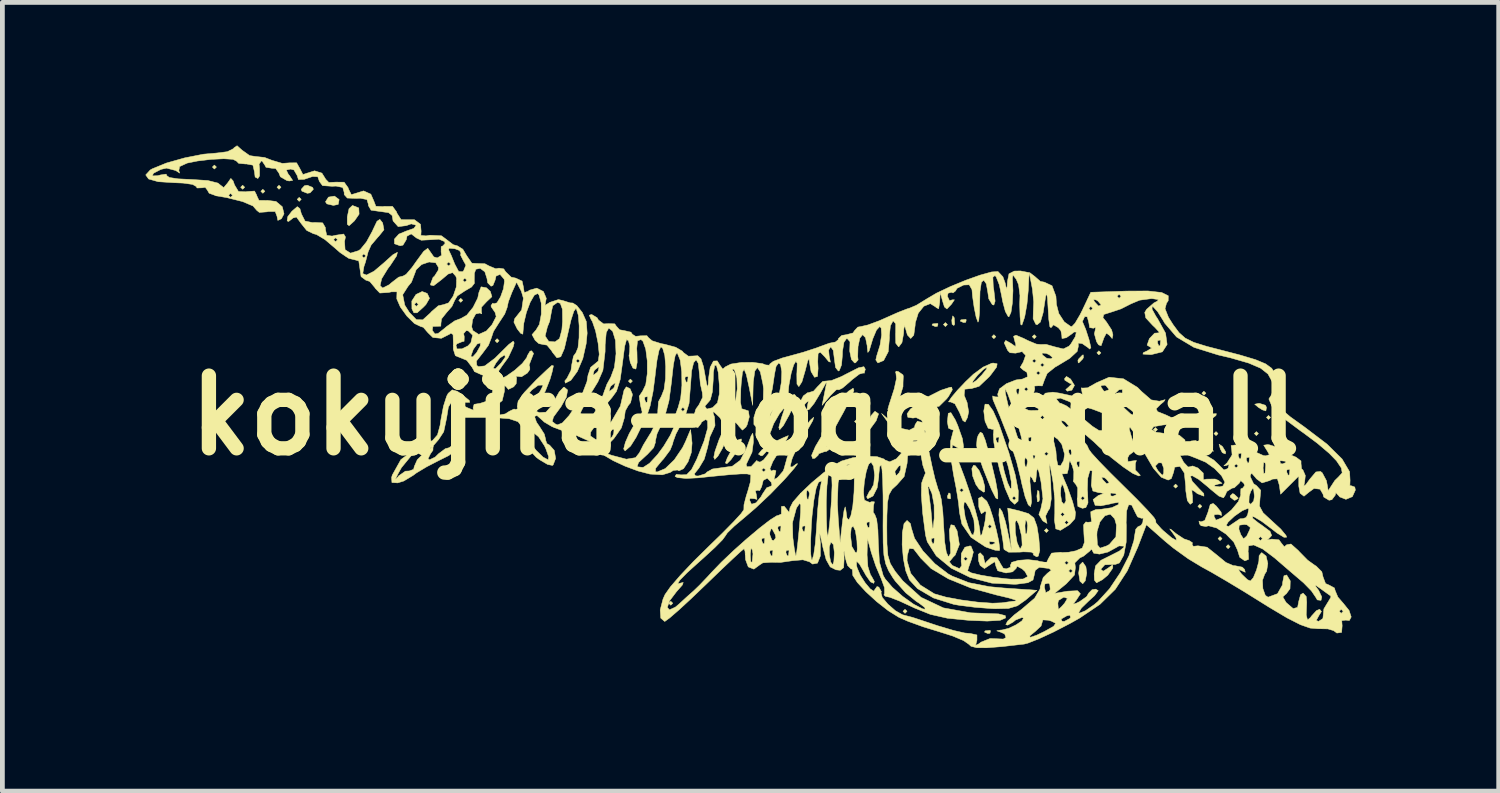
<source format=kicad_pcb>
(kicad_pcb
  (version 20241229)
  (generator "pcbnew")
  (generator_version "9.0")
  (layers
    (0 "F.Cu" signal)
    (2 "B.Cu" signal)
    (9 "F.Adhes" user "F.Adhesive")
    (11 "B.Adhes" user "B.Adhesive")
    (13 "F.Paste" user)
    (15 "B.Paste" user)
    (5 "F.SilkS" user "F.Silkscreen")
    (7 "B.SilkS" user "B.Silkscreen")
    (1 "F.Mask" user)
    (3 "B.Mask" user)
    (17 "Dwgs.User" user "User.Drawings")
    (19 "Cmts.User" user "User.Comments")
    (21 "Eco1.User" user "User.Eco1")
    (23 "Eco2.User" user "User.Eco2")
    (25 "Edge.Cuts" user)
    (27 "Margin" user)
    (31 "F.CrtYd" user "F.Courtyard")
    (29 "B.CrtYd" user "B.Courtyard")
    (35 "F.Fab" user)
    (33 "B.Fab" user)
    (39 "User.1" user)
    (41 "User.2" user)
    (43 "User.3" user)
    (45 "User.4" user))
  (footprint "kokujira-logo_small"
    (layer "F.Cu")
    (at 12.578 5.659)
    (property "Reference" "kokujira-logo_small" (at 0 0 0) (layer "F.SilkS") (effects (font (size 1.524 1.524) (thickness 0.3))))
    (attr through_hole)
    (fp_poly (pts (xy -11.091 -5.207) (xy -11.134 -5.165) (xy -11.176 -5.207) (xy -11.134 -5.249) (xy -11.091 -5.207)) (stroke (width 0.01) (type solid)) (fill yes) (layer "F.SilkS"))
    (fp_poly (pts (xy -10.499 -4.784) (xy -10.541 -4.741) (xy -10.583 -4.784) (xy -10.541 -4.826) (xy -10.499 -4.784)) (stroke (width 0.01) (type solid)) (fill yes) (layer "F.SilkS"))
    (fp_poly (pts (xy -10.075 -4.699) (xy -10.118 -4.657) (xy -10.16 -4.699) (xy -10.118 -4.741) (xy -10.075 -4.699)) (stroke (width 0.01) (type solid)) (fill yes) (layer "F.SilkS"))
    (fp_poly (pts (xy -9.737 -4.784) (xy -9.779 -4.741) (xy -9.821 -4.784) (xy -9.779 -4.826) (xy -9.737 -4.784)) (stroke (width 0.01) (type solid)) (fill yes) (layer "F.SilkS"))
    (fp_poly (pts (xy -9.313 -4.53) (xy -9.356 -4.487) (xy -9.398 -4.53) (xy -9.356 -4.572) (xy -9.313 -4.53)) (stroke (width 0.01) (type solid)) (fill yes) (layer "F.SilkS"))
    (fp_poly (pts (xy -5.927 -2.413) (xy -5.969 -2.371) (xy -6.011 -2.413) (xy -5.969 -2.455) (xy -5.927 -2.413)) (stroke (width 0.01) (type solid)) (fill yes) (layer "F.SilkS"))
    (fp_poly (pts (xy -5.165 -1.566) (xy -5.207 -1.524) (xy -5.249 -1.566) (xy -5.207 -1.609) (xy -5.165 -1.566)) (stroke (width 0.01) (type solid)) (fill yes) (layer "F.SilkS"))
    (fp_poly (pts (xy -2.371 -0.72) (xy -2.413 -0.677) (xy -2.455 -0.72) (xy -2.413 -0.762) (xy -2.371 -0.72)) (stroke (width 0.01) (type solid)) (fill yes) (layer "F.SilkS"))
    (fp_poly (pts (xy -1.524 3.937) (xy -1.566 3.979) (xy -1.609 3.937) (xy -1.566 3.895) (xy -1.524 3.937)) (stroke (width 0.01) (type solid)) (fill yes) (layer "F.SilkS"))
    (fp_poly (pts (xy 2.371 0.127) (xy 2.328 0.169) (xy 2.286 0.127) (xy 2.328 0.085) (xy 2.371 0.127)) (stroke (width 0.01) (type solid)) (fill yes) (layer "F.SilkS"))
    (fp_poly (pts (xy 3.387 4.106) (xy 3.344 4.149) (xy 3.302 4.106) (xy 3.344 4.064) (xy 3.387 4.106)) (stroke (width 0.01) (type solid)) (fill yes) (layer "F.SilkS"))
    (fp_poly (pts (xy 4.233 -1.905) (xy 4.191 -1.863) (xy 4.149 -1.905) (xy 4.191 -1.947) (xy 4.233 -1.905)) (stroke (width 0.01) (type solid)) (fill yes) (layer "F.SilkS"))
    (fp_poly (pts (xy 5.249 -1.651) (xy 5.207 -1.609) (xy 5.165 -1.651) (xy 5.207 -1.693) (xy 5.249 -1.651)) (stroke (width 0.01) (type solid)) (fill yes) (layer "F.SilkS"))
    (fp_poly (pts (xy 6.096 -1.651) (xy 6.054 -1.609) (xy 6.011 -1.651) (xy 6.054 -1.693) (xy 6.096 -1.651)) (stroke (width 0.01) (type solid)) (fill yes) (layer "F.SilkS"))
    (fp_poly (pts (xy 6.35 2.413) (xy 6.308 2.455) (xy 6.265 2.413) (xy 6.308 2.371) (xy 6.35 2.413)) (stroke (width 0.01) (type solid)) (fill yes) (layer "F.SilkS"))
    (fp_poly (pts (xy 7.451 -1.312) (xy 7.408 -1.27) (xy 7.366 -1.312) (xy 7.408 -1.355) (xy 7.451 -1.312)) (stroke (width 0.01) (type solid)) (fill yes) (layer "F.SilkS"))
    (fp_poly (pts (xy 8.636 0.296) (xy 8.594 0.339) (xy 8.551 0.296) (xy 8.594 0.254) (xy 8.636 0.296)) (stroke (width 0.01) (type solid)) (fill yes) (layer "F.SilkS"))
    (fp_poly (pts (xy 9.059 1.482) (xy 9.017 1.524) (xy 8.975 1.482) (xy 9.017 1.439) (xy 9.059 1.482)) (stroke (width 0.01) (type solid)) (fill yes) (layer "F.SilkS"))
    (fp_poly (pts (xy 9.229 0.212) (xy 9.186 0.254) (xy 9.144 0.212) (xy 9.186 0.169) (xy 9.229 0.212)) (stroke (width 0.01) (type solid)) (fill yes) (layer "F.SilkS"))
    (fp_poly (pts (xy 9.567 1.905) (xy 9.525 1.947) (xy 9.483 1.905) (xy 9.525 1.863) (xy 9.567 1.905)) (stroke (width 0.01) (type solid)) (fill yes) (layer "F.SilkS"))
    (fp_poly (pts (xy 9.652 -0.466) (xy 9.61 -0.423) (xy 9.567 -0.466) (xy 9.61 -0.508) (xy 9.652 -0.466)) (stroke (width 0.01) (type solid)) (fill yes) (layer "F.SilkS"))
    (fp_poly (pts (xy 9.906 0.381) (xy 9.864 0.423) (xy 9.821 0.381) (xy 9.864 0.339) (xy 9.906 0.381)) (stroke (width 0.01) (type solid)) (fill yes) (layer "F.SilkS"))
    (fp_poly (pts (xy 9.991 2.582) (xy 9.948 2.625) (xy 9.906 2.582) (xy 9.948 2.54) (xy 9.991 2.582)) (stroke (width 0.01) (type solid)) (fill yes) (layer "F.SilkS"))
    (fp_poly (pts (xy 10.16 2.752) (xy 10.118 2.794) (xy 10.075 2.752) (xy 10.118 2.709) (xy 10.16 2.752)) (stroke (width 0.01) (type solid)) (fill yes) (layer "F.SilkS"))
    (fp_poly (pts (xy 10.753 0.381) (xy 10.71 0.423) (xy 10.668 0.381) (xy 10.71 0.339) (xy 10.753 0.381)) (stroke (width 0.01) (type solid)) (fill yes) (layer "F.SilkS"))
    (fp_poly (pts (xy 11.007 0.042) (xy 10.964 0.085) (xy 10.922 0.042) (xy 10.964 0) (xy 11.007 0.042)) (stroke (width 0.01) (type solid)) (fill yes) (layer "F.SilkS"))
    (fp_poly (pts (xy 4.036 -1.919) (xy 4.024 -1.869) (xy 3.979 -1.863) (xy 3.91 -1.894) (xy 3.923 -1.919) (xy 4.023 -1.929) (xy 4.036 -1.919)) (stroke (width 0.01) (type solid)) (fill yes) (layer "F.SilkS"))
    (fp_poly (pts (xy 4.29 1.637) (xy 4.3 1.737) (xy 4.29 1.75) (xy 4.239 1.738) (xy 4.233 1.693) (xy 4.264 1.624) (xy 4.29 1.637)) (stroke (width 0.01) (type solid)) (fill yes) (layer "F.SilkS"))
    (fp_poly (pts (xy 4.376 -2.048) (xy 4.386 -1.916) (xy 4.369 -1.886) (xy 4.331 -1.911) (xy 4.325 -1.997) (xy 4.345 -2.087) (xy 4.376 -2.048)) (stroke (width 0.01) (type solid)) (fill yes) (layer "F.SilkS"))
    (fp_poly (pts (xy 4.628 -2.004) (xy 4.617 -1.953) (xy 4.572 -1.947) (xy 4.502 -1.978) (xy 4.516 -2.004) (xy 4.616 -2.014) (xy 4.628 -2.004)) (stroke (width 0.01) (type solid)) (fill yes) (layer "F.SilkS"))
    (fp_poly (pts (xy 5.136 4.516) (xy 5.125 4.566) (xy 5.08 4.572) (xy 5.01 4.541) (xy 5.024 4.516) (xy 5.124 4.505) (xy 5.136 4.516)) (stroke (width 0.01) (type solid)) (fill yes) (layer "F.SilkS"))
    (fp_poly (pts (xy 6.152 1.587) (xy 6.163 1.761) (xy 6.152 1.799) (xy 6.121 1.81) (xy 6.109 1.693) (xy 6.123 1.573) (xy 6.152 1.587)) (stroke (width 0.01) (type solid)) (fill yes) (layer "F.SilkS"))
    (fp_poly (pts (xy 9.454 0.536) (xy 9.443 0.587) (xy 9.398 0.593) (xy 9.328 0.562) (xy 9.342 0.536) (xy 9.442 0.526) (xy 9.454 0.536)) (stroke (width 0.01) (type solid)) (fill yes) (layer "F.SilkS"))
    (fp_poly (pts (xy 9.761 0.654) (xy 9.779 0.677) (xy 9.809 0.753) (xy 9.729 0.725) (xy 9.652 0.677) (xy 9.587 0.609) (xy 9.626 0.594) (xy 9.761 0.654)) (stroke (width 0.01) (type solid)) (fill yes) (layer "F.SilkS"))
    (fp_poly (pts (xy 9.863 0.001) (xy 9.773 0.071) (xy 9.675 0.083) (xy 9.652 0.051) (xy 9.718 -0.003) (xy 9.783 -0.032) (xy 9.871 -0.038) (xy 9.863 0.001)) (stroke (width 0.01) (type solid)) (fill yes) (layer "F.SilkS"))
    (fp_poly (pts (xy 9.99 0.644) (xy 10.001 0.655) (xy 10.068 0.766) (xy 10.059 0.807) (xy 9.996 0.781) (xy 9.954 0.702) (xy 9.928 0.603) (xy 9.99 0.644)) (stroke (width 0.01) (type solid)) (fill yes) (layer "F.SilkS"))
    (fp_poly (pts (xy -9.074 -4.78) (xy -9.059 -4.741) (xy -9.128 -4.666) (xy -9.186 -4.657) (xy -9.299 -4.702) (xy -9.313 -4.741) (xy -9.245 -4.816) (xy -9.186 -4.826) (xy -9.074 -4.78)) (stroke (width 0.01) (type solid)) (fill yes) (layer "F.SilkS"))
    (fp_poly (pts (xy -8.519 -4.526) (xy -8.519 -4.524) (xy -8.538 -4.424) (xy -8.639 -4.403) (xy -8.775 -4.435) (xy -8.805 -4.478) (xy -8.742 -4.577) (xy -8.616 -4.598) (xy -8.519 -4.526)) (stroke (width 0.01) (type solid)) (fill yes) (layer "F.SilkS"))
    (fp_poly (pts (xy -8.107 -4.35) (xy -8.1 -4.22) (xy -8.197 -4.08) (xy -8.31 -3.977) (xy -8.348 -4.008) (xy -8.348 -4.161) (xy -8.311 -4.334) (xy -8.239 -4.402) (xy -8.107 -4.35)) (stroke (width 0.01) (type solid)) (fill yes) (layer "F.SilkS"))
    (fp_poly (pts (xy 2.79 -0.033) (xy 2.739 0.112) (xy 2.626 0.266) (xy 2.458 0.466) (xy 2.55 0.191) (xy 2.631 0.006) (xy 2.709 -0.083) (xy 2.718 -0.085) (xy 2.79 -0.033)) (stroke (width 0.01) (type solid)) (fill yes) (layer "F.SilkS"))
    (fp_poly (pts (xy 7.085 -1.215) (xy 7.07 -1.185) (xy 6.99 -1.104) (xy 6.975 -1.101) (xy 6.969 -1.155) (xy 6.985 -1.185) (xy 7.065 -1.266) (xy 7.08 -1.27) (xy 7.085 -1.215)) (stroke (width 0.01) (type solid)) (fill yes) (layer "F.SilkS"))
    (fp_poly (pts (xy 10.245 1.651) (xy 10.325 1.727) (xy 10.329 1.741) (xy 10.264 1.777) (xy 10.245 1.778) (xy 10.163 1.713) (xy 10.16 1.688) (xy 10.212 1.638) (xy 10.245 1.651)) (stroke (width 0.01) (type solid)) (fill yes) (layer "F.SilkS"))
    (fp_poly (pts (xy 10.899 -0.214) (xy 10.922 -0.169) (xy 10.909 -0.095) (xy 10.836 -0.117) (xy 10.753 -0.169) (xy 10.675 -0.235) (xy 10.755 -0.252) (xy 10.774 -0.253) (xy 10.899 -0.214)) (stroke (width 0.01) (type solid)) (fill yes) (layer "F.SilkS"))
    (fp_poly (pts (xy 7.07 3.076) (xy 7.136 3.172) (xy 7.154 3.302) (xy 7.123 3.467) (xy 7.07 3.528) (xy 7.011 3.475) (xy 6.985 3.31) (xy 6.985 3.302) (xy 7.009 3.133) (xy 7.067 3.075) (xy 7.07 3.076)) (stroke (width 0.01) (type solid)) (fill yes) (layer "F.SilkS"))
    (fp_poly (pts (xy -0.085 0.52) (xy -0.121 0.636) (xy -0.205 0.788) (xy -0.306 0.929) (xy -0.389 1.012) (xy -0.421 0.997) (xy -0.382 0.891) (xy -0.283 0.706) (xy -0.254 0.658) (xy -0.146 0.509) (xy -0.089 0.492) (xy -0.085 0.52)) (stroke (width 0.01) (type solid)) (fill yes) (layer "F.SilkS"))
    (fp_poly (pts (xy 4.818 1.053) (xy 4.898 1.155) (xy 4.971 1.322) (xy 5.016 1.491) (xy 5.013 1.598) (xy 4.994 1.609) (xy 4.897 1.543) (xy 4.829 1.445) (xy 4.761 1.266) (xy 4.745 1.114) (xy 4.782 1.044) (xy 4.818 1.053)) (stroke (width 0.01) (type solid)) (fill yes) (layer "F.SilkS"))
    (fp_poly (pts (xy 6.815 -0.763) (xy 6.897 -0.63) (xy 6.842 -0.53) (xy 6.747 -0.509) (xy 6.714 -0.542) (xy 6.773 -0.593) (xy 6.842 -0.661) (xy 6.795 -0.676) (xy 6.696 -0.737) (xy 6.689 -0.772) (xy 6.729 -0.818) (xy 6.815 -0.763)) (stroke (width 0.01) (type solid)) (fill yes) (layer "F.SilkS"))
    (fp_poly (pts (xy 3.203 -0.92) (xy 3.301 -0.851) (xy 3.308 -0.823) (xy 3.303 -0.694) (xy 3.302 -0.602) (xy 3.248 -0.426) (xy 3.126 -0.242) (xy 3.01 -0.12) (xy 2.982 -0.123) (xy 3.007 -0.212) (xy 3.118 -0.557) (xy 3.165 -0.773) (xy 3.154 -0.884) (xy 3.146 -0.894) (xy 3.156 -0.929) (xy 3.203 -0.92)) (stroke (width 0.01) (type solid)) (fill yes) (layer "F.SilkS"))
    (fp_poly (pts (xy 4.969 0.377) (xy 5.026 0.518) (xy 5.104 0.794) (xy 5.15 0.974) (xy 5.242 1.364) (xy 5.289 1.626) (xy 5.29 1.751) (xy 5.247 1.731) (xy 5.16 1.558) (xy 5.14 1.511) (xy 4.978 1.108) (xy 4.882 0.823) (xy 4.844 0.625) (xy 4.856 0.48) (xy 4.879 0.416) (xy 4.923 0.35) (xy 4.969 0.377)) (stroke (width 0.01) (type solid)) (fill yes) (layer "F.SilkS"))
    (fp_poly (pts (xy -6.671 -2.557) (xy -6.624 -2.455) (xy -6.699 -2.325) (xy -6.752 -2.27) (xy -6.884 -2.151) (xy -6.951 -2.151) (xy -6.993 -2.235) (xy -6.994 -2.328) (xy -6.943 -2.328) (xy -6.9 -2.286) (xy -6.858 -2.328) (xy -6.9 -2.371) (xy -6.943 -2.328) (xy -6.994 -2.328) (xy -6.995 -2.399) (xy -6.907 -2.536) (xy -6.778 -2.598) (xy -6.671 -2.557)) (stroke (width 0.01) (type solid)) (fill yes) (layer "F.SilkS"))
    (fp_poly (pts (xy 2.273 -0.523) (xy 2.205 -0.356) (xy 2.049 -0.058) (xy 1.99 0.048) (xy 1.815 0.369) (xy 1.722 0.563) (xy 1.705 0.649) (xy 1.757 0.646) (xy 1.791 0.627) (xy 1.849 0.617) (xy 1.828 0.664) (xy 1.698 0.754) (xy 1.646 0.762) (xy 1.536 0.802) (xy 1.524 0.833) (xy 1.456 0.897) (xy 1.407 0.903) (xy 1.385 0.839) (xy 1.466 0.651) (xy 1.645 0.349) (xy 1.661 0.324) (xy 1.833 0.046) (xy 1.963 -0.18) (xy 2.028 -0.313) (xy 2.032 -0.329) (xy 2.09 -0.439) (xy 2.159 -0.508) (xy 2.257 -0.571) (xy 2.273 -0.523)) (stroke (width 0.01) (type solid)) (fill yes) (layer "F.SilkS"))
    (fp_poly (pts (xy 2.512 -0.969) (xy 2.489 -0.884) (xy 2.468 -0.89) (xy 2.386 -0.866) (xy 2.236 -0.751) (xy 2.186 -0.705) (xy 2.037 -0.577) (xy 1.954 -0.535) (xy 1.947 -0.544) (xy 1.901 -0.536) (xy 1.789 -0.426) (xy 1.777 -0.412) (xy 1.606 -0.212) (xy 1.708 -0.72) (xy 1.568 -0.466) (xy 1.439 -0.253) (xy 1.338 -0.128) (xy 1.285 -0.107) (xy 1.301 -0.212) (xy 1.301 -0.212) (xy 1.321 -0.304) (xy 1.27 -0.267) (xy 1.188 -0.169) (xy 1.019 0.042) (xy 1.122 -0.235) (xy 1.212 -0.409) (xy 1.304 -0.478) (xy 1.316 -0.476) (xy 1.428 -0.51) (xy 1.512 -0.604) (xy 1.62 -0.714) (xy 1.69 -0.721) (xy 1.802 -0.732) (xy 2.003 -0.812) (xy 2.139 -0.882) (xy 2.367 -0.998) (xy 2.482 -1.022) (xy 2.512 -0.969)) (stroke (width 0.01) (type solid)) (fill yes) (layer "F.SilkS"))
    (fp_poly (pts (xy 5.276 -1.083) (xy 5.263 -1.012) (xy 5.146 -0.855) (xy 5.11 -0.812) (xy 4.898 -0.611) (xy 4.729 -0.561) (xy 4.72 -0.563) (xy 4.596 -0.55) (xy 4.584 -0.422) (xy 4.646 -0.27) (xy 4.678 -0.077) (xy 4.654 0.042) (xy 4.604 0.138) (xy 4.556 0.105) (xy 4.487 -0.063) (xy 4.39 -0.245) (xy 4.295 -0.285) (xy 4.289 -0.282) (xy 4.256 -0.285) (xy 4.317 -0.378) (xy 4.444 -0.529) (xy 4.585 -0.677) (xy 4.757 -0.677) (xy 4.839 -0.733) (xy 4.953 -0.847) (xy 5.051 -0.969) (xy 5.064 -1.016) (xy 4.982 -0.96) (xy 4.868 -0.847) (xy 4.771 -0.724) (xy 4.757 -0.677) (xy 4.585 -0.677) (xy 4.612 -0.706) (xy 4.78 -0.866) (xy 4.982 -1.014) (xy 5.161 -1.094) (xy 5.194 -1.098) (xy 5.276 -1.083)) (stroke (width 0.01) (type solid)) (fill yes) (layer "F.SilkS"))
    (fp_poly (pts (xy 5.091 -0.234) (xy 5.191 -0.095) (xy 5.309 0.169) (xy 5.317 0.191) (xy 5.519 0.774) (xy 5.654 1.243) (xy 5.72 1.586) (xy 5.715 1.796) (xy 5.643 1.863) (xy 5.551 1.779) (xy 5.533 1.736) (xy 5.588 1.736) (xy 5.63 1.778) (xy 5.673 1.736) (xy 5.63 1.693) (xy 5.588 1.736) (xy 5.533 1.736) (xy 5.443 1.529) (xy 5.337 1.178) (xy 5.257 0.847) (xy 5.243 0.771) (xy 5.352 0.771) (xy 5.375 0.955) (xy 5.428 1.189) (xy 5.494 1.411) (xy 5.549 1.528) (xy 5.573 1.526) (xy 5.572 1.39) (xy 5.529 1.161) (xy 5.501 1.049) (xy 5.421 0.805) (xy 5.369 0.716) (xy 5.352 0.771) (xy 5.243 0.771) (xy 5.207 0.571) (xy 5.203 0.508) (xy 5.249 0.508) (xy 5.28 0.578) (xy 5.306 0.564) (xy 5.316 0.464) (xy 5.306 0.452) (xy 5.255 0.463) (xy 5.249 0.508) (xy 5.203 0.508) (xy 5.195 0.395) (xy 5.2 0.369) (xy 5.205 0.286) (xy 5.173 0.291) (xy 5.088 0.268) (xy 5.022 0.123) (xy 4.995 -0.092) (xy 5.022 -0.237) (xy 5.091 -0.234)) (stroke (width 0.01) (type solid)) (fill yes) (layer "F.SilkS"))
    (fp_poly (pts (xy 5.733 1.998) (xy 5.933 2.058) (xy 6.047 2.15) (xy 6.11 2.322) (xy 6.149 2.565) (xy 6.17 2.828) (xy 6.138 2.949) (xy 6.103 2.963) (xy 6.034 2.923) (xy 6.042 2.898) (xy 5.994 2.865) (xy 5.826 2.859) (xy 5.75 2.865) (xy 5.517 2.867) (xy 5.421 2.81) (xy 5.415 2.782) (xy 5.397 2.631) (xy 5.358 2.392) (xy 5.342 2.307) (xy 5.312 2.09) (xy 5.319 1.962) (xy 5.333 1.947) (xy 5.383 2.023) (xy 5.446 2.216) (xy 5.487 2.392) (xy 5.579 2.836) (xy 5.538 2.389) (xy 5.525 2.247) (xy 5.652 2.247) (xy 5.658 2.458) (xy 5.695 2.669) (xy 5.747 2.786) (xy 5.764 2.794) (xy 5.8 2.722) (xy 5.791 2.545) (xy 5.786 2.519) (xy 5.74 2.328) (xy 5.859 2.328) (xy 5.868 2.473) (xy 5.894 2.486) (xy 5.898 2.478) (xy 5.914 2.31) (xy 5.901 2.224) (xy 5.874 2.19) (xy 5.859 2.302) (xy 5.859 2.328) (xy 5.74 2.328) (xy 5.729 2.282) (xy 5.68 2.19) (xy 5.652 2.247) (xy 5.525 2.247) (xy 5.497 1.942) (xy 5.733 1.998)) (stroke (width 0.01) (type solid)) (fill yes) (layer "F.SilkS"))
    (fp_poly (pts (xy 3.46 2.271) (xy 3.474 2.349) (xy 3.544 2.576) (xy 3.722 2.844) (xy 3.969 3.107) (xy 4.248 3.321) (xy 4.333 3.368) (xy 4.684 3.506) (xy 5.118 3.59) (xy 5.418 3.618) (xy 6.11 3.666) (xy 5.873 3.869) (xy 5.701 3.99) (xy 5.513 4.046) (xy 5.24 4.052) (xy 5.158 4.049) (xy 4.823 4.023) (xy 4.504 3.984) (xy 4.369 3.961) (xy 3.942 3.827) (xy 3.607 3.631) (xy 3.437 3.448) (xy 3.36 3.258) (xy 3.318 3.046) (xy 3.387 3.046) (xy 3.463 3.309) (xy 3.666 3.556) (xy 3.955 3.737) (xy 3.966 3.741) (xy 4.199 3.808) (xy 4.522 3.868) (xy 4.87 3.914) (xy 5.178 3.936) (xy 5.376 3.928) (xy 5.583 3.898) (xy 5.673 3.889) (xy 5.664 3.87) (xy 5.521 3.826) (xy 5.273 3.767) (xy 5.267 3.766) (xy 4.722 3.616) (xy 4.253 3.425) (xy 3.89 3.209) (xy 3.665 2.982) (xy 3.657 2.969) (xy 3.523 2.797) (xy 3.434 2.787) (xy 3.391 2.941) (xy 3.387 3.046) (xy 3.318 3.046) (xy 3.309 2.997) (xy 3.284 2.713) (xy 3.289 2.454) (xy 3.324 2.267) (xy 3.387 2.201) (xy 3.46 2.271)) (stroke (width 0.01) (type solid)) (fill yes) (layer "F.SilkS"))
    (fp_poly (pts (xy 4.398 0.093) (xy 4.449 0.209) (xy 4.548 0.489) (xy 4.573 0.666) (xy 4.524 0.721) (xy 4.445 0.677) (xy 4.338 0.615) (xy 4.332 0.684) (xy 4.399 0.827) (xy 4.489 1.023) (xy 4.598 1.313) (xy 4.712 1.645) (xy 4.813 1.97) (xy 4.885 2.236) (xy 4.911 2.39) (xy 4.923 2.523) (xy 4.955 2.498) (xy 5 2.328) (xy 5.08 2.328) (xy 5.122 2.371) (xy 5.165 2.328) (xy 5.122 2.286) (xy 5.08 2.328) (xy 5 2.328) (xy 5.002 2.322) (xy 5.025 2.201) (xy 5.045 2.031) (xy 5.021 2) (xy 5.007 2.019) (xy 4.945 2.061) (xy 4.899 1.949) (xy 4.891 1.913) (xy 4.886 1.736) (xy 4.953 1.703) (xy 5.059 1.799) (xy 5.119 1.926) (xy 5.19 2.146) (xy 5.258 2.401) (xy 5.31 2.637) (xy 5.33 2.798) (xy 5.322 2.834) (xy 5.232 2.825) (xy 5.053 2.764) (xy 5.027 2.753) (xy 4.876 2.653) (xy 5.108 2.653) (xy 5.12 2.703) (xy 5.165 2.709) (xy 5.234 2.678) (xy 5.221 2.653) (xy 5.121 2.643) (xy 5.108 2.653) (xy 4.876 2.653) (xy 4.728 2.555) (xy 4.537 2.278) (xy 4.486 2.034) (xy 4.475 1.921) (xy 4.575 1.921) (xy 4.606 2.136) (xy 4.672 2.344) (xy 4.743 2.498) (xy 4.779 2.506) (xy 4.804 2.397) (xy 4.788 2.19) (xy 4.708 1.973) (xy 4.62 1.823) (xy 4.584 1.815) (xy 4.575 1.921) (xy 4.475 1.921) (xy 4.468 1.843) (xy 4.424 1.566) (xy 4.487 1.566) (xy 4.53 1.609) (xy 4.572 1.566) (xy 4.53 1.524) (xy 4.487 1.566) (xy 4.424 1.566) (xy 4.422 1.551) (xy 4.362 1.245) (xy 4.295 0.827) (xy 4.299 0.542) (xy 4.321 0.457) (xy 4.36 0.308) (xy 4.318 0.296) (xy 4.255 0.266) (xy 4.233 0.132) (xy 4.251 -0.045) (xy 4.306 -0.059) (xy 4.398 0.093)) (stroke (width 0.01) (type solid)) (fill yes) (layer "F.SilkS"))
    (fp_poly (pts (xy -10.553 -5.56) (xy -10.394 -5.447) (xy -10.273 -5.429) (xy -10.081 -5.408) (xy -9.924 -5.347) (xy -9.71 -5.284) (xy -9.558 -5.295) (xy -9.41 -5.296) (xy -9.339 -5.17) (xy -9.278 -5.05) (xy -9.187 -5.08) (xy -9.033 -5.128) (xy -8.88 -5.08) (xy -8.806 -4.962) (xy -8.805 -4.956) (xy -8.735 -4.884) (xy -8.589 -4.891) (xy -8.414 -4.89) (xy -8.331 -4.775) (xy -8.324 -4.75) (xy -8.263 -4.628) (xy -8.171 -4.656) (xy -8.006 -4.707) (xy -7.854 -4.639) (xy -7.789 -4.49) (xy -7.749 -4.385) (xy -7.602 -4.378) (xy -7.573 -4.383) (xy -7.399 -4.382) (xy -7.315 -4.267) (xy -7.308 -4.242) (xy -7.22 -4.105) (xy -7.123 -4.102) (xy -6.939 -4.102) (xy -6.813 -4.008) (xy -6.8 -3.864) (xy -6.805 -3.774) (xy -6.697 -3.764) (xy -6.617 -3.778) (xy -6.373 -3.766) (xy -6.271 -3.69) (xy -6.126 -3.579) (xy -6.041 -3.556) (xy -5.926 -3.485) (xy -5.843 -3.346) (xy -5.737 -3.192) (xy -5.632 -3.186) (xy -5.462 -3.18) (xy -5.379 -3.135) (xy -5.235 -3.075) (xy -5.168 -3.088) (xy -5.068 -3.072) (xy -5.028 -3.011) (xy -4.911 -2.899) (xy -4.817 -2.879) (xy -4.683 -2.816) (xy -4.657 -2.699) (xy -4.638 -2.577) (xy -4.559 -2.601) (xy -4.53 -2.625) (xy -4.375 -2.669) (xy -4.236 -2.598) (xy -4.176 -2.456) (xy -4.189 -2.387) (xy -4.205 -2.307) (xy -4.128 -2.353) (xy -4.109 -2.368) (xy -3.922 -2.429) (xy -3.832 -2.409) (xy -3.677 -2.36) (xy -3.621 -2.357) (xy -3.536 -2.303) (xy -3.421 -2.158) (xy -3.337 -1.969) (xy -3.319 -1.724) (xy -3.34 -1.503) (xy -3.41 -1.192) (xy -3.525 -0.922) (xy -3.661 -0.736) (xy -3.777 -0.677) (xy -3.787 -0.724) (xy -3.742 -0.779) (xy -3.659 -0.942) (xy -3.641 -1.07) (xy -3.626 -1.143) (xy -3.556 -1.143) (xy -3.514 -1.101) (xy -3.471 -1.143) (xy -3.514 -1.185) (xy -3.556 -1.143) (xy -3.626 -1.143) (xy -3.606 -1.243) (xy -3.555 -1.313) (xy -3.511 -1.42) (xy -3.489 -1.629) (xy -3.487 -1.878) (xy -3.505 -2.101) (xy -3.545 -2.233) (xy -3.555 -2.243) (xy -3.598 -2.185) (xy -3.658 -2.001) (xy -3.72 -1.732) (xy -3.797 -1.401) (xy -3.872 -1.23) (xy -3.953 -1.208) (xy -4.048 -1.326) (xy -4.065 -1.357) (xy -4.162 -1.474) (xy -4.228 -1.485) (xy -4.331 -1.505) (xy -4.409 -1.574) (xy -4.459 -1.665) (xy -4.2 -1.665) (xy -4.125 -1.552) (xy -3.993 -1.542) (xy -3.898 -1.611) (xy -3.849 -1.796) (xy -3.835 -1.97) (xy -3.838 -2.227) (xy -3.882 -2.349) (xy -3.941 -2.371) (xy -4.04 -2.3) (xy -4.064 -2.196) (xy -4.105 -1.973) (xy -4.153 -1.855) (xy -4.2 -1.665) (xy -4.459 -1.665) (xy -4.475 -1.693) (xy -4.404 -1.777) (xy -4.397 -1.781) (xy -4.32 -1.909) (xy -4.28 -2.126) (xy -4.282 -2.356) (xy -4.329 -2.526) (xy -4.356 -2.556) (xy -4.427 -2.522) (xy -4.513 -2.373) (xy -4.593 -2.16) (xy -4.647 -1.933) (xy -4.658 -1.82) (xy -4.668 -1.703) (xy -4.714 -1.723) (xy -4.786 -1.815) (xy -4.855 -1.956) (xy -4.839 -2.027) (xy -4.692 -2.213) (xy -4.656 -2.458) (xy -4.699 -2.603) (xy -4.799 -2.794) (xy -4.897 -2.578) (xy -4.971 -2.383) (xy -4.997 -2.261) (xy -5.047 -2.127) (xy -5.165 -1.947) (xy -5.165 -1.947) (xy -5.283 -1.761) (xy -5.332 -1.614) (xy -5.388 -1.471) (xy -5.519 -1.295) (xy -5.522 -1.292) (xy -5.64 -1.141) (xy -5.634 -1.05) (xy -5.599 -1.023) (xy -5.466 -1.038) (xy -5.254 -1.198) (xy -5.148 -1.303) (xy -4.961 -1.488) (xy -4.868 -1.557) (xy -4.849 -1.521) (xy -4.869 -1.439) (xy -4.974 -1.214) (xy -5.099 -1.043) (xy -5.21 -0.881) (xy -5.236 -0.763) (xy -5.161 -0.751) (xy -5.013 -0.824) (xy -4.836 -0.948) (xy -4.678 -1.09) (xy -4.584 -1.214) (xy -4.575 -1.249) (xy -4.517 -1.347) (xy -4.484 -1.355) (xy -4.442 -1.3) (xy -4.487 -1.185) (xy -4.537 -1.055) (xy -4.522 -1.016) (xy -4.521 -0.964) (xy -4.571 -0.89) (xy -4.696 -0.81) (xy -4.764 -0.818) (xy -4.813 -0.818) (xy -4.798 -0.785) (xy -4.807 -0.665) (xy -4.861 -0.599) (xy -4.971 -0.546) (xy -5.024 -0.61) (xy -5.052 -0.624) (xy -5.053 -0.509) (xy -5.101 -0.308) (xy -5.228 -0.214) (xy -5.374 -0.126) (xy -5.419 -0.065) (xy -5.35 -0.012) (xy -5.197 -0.002) (xy -5.036 -0.032) (xy -4.952 -0.086) (xy -4.851 -0.135) (xy -4.821 -0.124) (xy -4.775 -0.139) (xy -4.786 -0.187) (xy -4.776 -0.243) (xy -4.657 -0.243) (xy -4.643 -0.151) (xy -4.583 -0.172) (xy -4.451 -0.316) (xy -4.434 -0.336) (xy -4.304 -0.508) (xy -4.247 -0.621) (xy -4.249 -0.637) (xy -4.345 -0.633) (xy -4.479 -0.534) (xy -4.6 -0.39) (xy -4.656 -0.25) (xy -4.657 -0.243) (xy -4.776 -0.243) (xy -4.766 -0.3) (xy -4.636 -0.482) (xy -4.387 -0.744) (xy -4.16 -0.96) (xy -4.059 -1.049) (xy -4.026 -1.04) (xy -4.054 -0.91) (xy -4.098 -0.758) (xy -4.195 -0.512) (xy -4.31 -0.33) (xy -4.346 -0.297) (xy -4.471 -0.179) (xy -4.44 -0.103) (xy -4.318 -0.06) (xy -4.182 -0.069) (xy -4.066 -0.201) (xy -4.012 -0.304) (xy -3.906 -0.491) (xy -3.815 -0.589) (xy -3.8 -0.593) (xy -3.729 -0.533) (xy -3.755 -0.383) (xy -3.868 -0.182) (xy -3.895 -0.146) (xy -4.025 0.032) (xy -4.051 0.127) (xy -3.979 0.183) (xy -3.941 0.198) (xy -3.838 0.156) (xy -3.697 0.001) (xy -3.547 -0.223) (xy -3.414 -0.473) (xy -3.324 -0.706) (xy -3.302 -0.838) (xy -3.297 -0.852) (xy -3.197 -0.852) (xy -3.185 -0.847) (xy -3.108 -0.906) (xy -3.09 -0.931) (xy -3.069 -1.01) (xy -3.08 -1.016) (xy -3.158 -0.956) (xy -3.175 -0.931) (xy -3.197 -0.852) (xy -3.297 -0.852) (xy -3.247 -1.007) (xy -3.167 -1.073) (xy -3.087 -1.139) (xy -3.066 -1.282) (xy -3.09 -1.515) (xy -3.143 -1.773) (xy -3.209 -1.966) (xy -3.236 -2.011) (xy -3.275 -2.101) (xy -3.225 -2.117) (xy -3.111 -2.049) (xy -3.082 -1.999) (xy -2.974 -1.919) (xy -2.873 -1.924) (xy -2.741 -1.92) (xy -2.709 -1.873) (xy -2.639 -1.796) (xy -2.54 -1.778) (xy -2.402 -1.746) (xy -2.371 -1.701) (xy -2.303 -1.658) (xy -2.201 -1.669) (xy -2.066 -1.671) (xy -2.032 -1.629) (xy -1.957 -1.565) (xy -1.77 -1.506) (xy -1.69 -1.491) (xy -1.464 -1.43) (xy -1.321 -1.346) (xy -1.304 -1.32) (xy -1.197 -1.242) (xy -1.099 -1.246) (xy -1.001 -1.252) (xy -0.934 -1.188) (xy -0.88 -1.023) (xy -0.826 -0.724) (xy -0.818 -0.677) (xy -0.795 -0.587) (xy -0.78 -0.662) (xy -0.774 -0.778) (xy -0.74 -1.01) (xy -0.672 -1.14) (xy -0.592 -1.144) (xy -0.538 -1.057) (xy -0.476 -0.971) (xy -0.421 -1.019) (xy -0.306 -1.077) (xy -0.091 -1.11) (xy 0.153 -1.113) (xy 0.358 -1.085) (xy 0.423 -1.059) (xy 0.502 -1.053) (xy 0.508 -1.076) (xy 0.583 -1.134) (xy 0.773 -1.205) (xy 0.91 -1.242) (xy 1.212 -1.325) (xy 1.49 -1.416) (xy 1.566 -1.445) (xy 1.76 -1.515) (xy 1.881 -1.538) (xy 1.884 -1.538) (xy 1.945 -1.588) (xy 1.947 -1.609) (xy 2.018 -1.677) (xy 2.117 -1.693) (xy 2.254 -1.729) (xy 2.286 -1.778) (xy 2.355 -1.852) (xy 2.418 -1.863) (xy 2.567 -1.897) (xy 2.802 -1.984) (xy 2.947 -2.048) (xy 3.194 -2.158) (xy 3.386 -2.233) (xy 3.447 -2.252) (xy 3.583 -2.31) (xy 3.774 -2.427) (xy 3.786 -2.435) (xy 4.003 -2.563) (xy 4.294 -2.701) (xy 4.614 -2.833) (xy 4.917 -2.941) (xy 5.159 -3.008) (xy 5.293 -3.017) (xy 5.396 -2.907) (xy 5.443 -2.778) (xy 5.47 -2.655) (xy 5.484 -2.69) (xy 5.492 -2.81) (xy 5.524 -2.969) (xy 5.634 -3.026) (xy 5.765 -3.029) (xy 5.946 -2.994) (xy 5.928 -2.625) (xy 5.901 -2.337) (xy 5.857 -2.086) (xy 5.842 -2.032) (xy 5.794 -1.894) (xy 5.771 -1.906) (xy 5.756 -2.074) (xy 5.748 -2.329) (xy 5.754 -2.516) (xy 5.725 -2.74) (xy 5.676 -2.855) (xy 5.608 -2.944) (xy 5.596 -2.882) (xy 5.596 -2.879) (xy 5.607 -2.614) (xy 5.595 -2.359) (xy 5.566 -2.162) (xy 5.524 -2.07) (xy 5.508 -2.071) (xy 5.448 -2.179) (xy 5.391 -2.391) (xy 5.371 -2.501) (xy 5.32 -2.741) (xy 5.256 -2.903) (xy 5.23 -2.933) (xy 5.186 -2.897) (xy 5.194 -2.711) (xy 5.207 -2.625) (xy 5.233 -2.396) (xy 5.207 -2.314) (xy 5.174 -2.323) (xy 5.1 -2.445) (xy 5.08 -2.582) (xy 5.048 -2.76) (xy 4.995 -2.836) (xy 4.945 -2.792) (xy 4.916 -2.598) (xy 4.911 -2.404) (xy 4.905 -2.151) (xy 4.89 -1.99) (xy 4.874 -1.956) (xy 4.835 -2.061) (xy 4.793 -2.267) (xy 4.759 -2.504) (xy 4.748 -2.638) (xy 4.69 -2.739) (xy 4.572 -2.734) (xy 4.435 -2.665) (xy 4.403 -2.61) (xy 4.35 -2.568) (xy 4.318 -2.582) (xy 4.246 -2.562) (xy 4.233 -2.498) (xy 4.276 -2.407) (xy 4.339 -2.424) (xy 4.38 -2.424) (xy 4.319 -2.333) (xy 4.223 -2.232) (xy 4.171 -2.274) (xy 4.137 -2.381) (xy 4.081 -2.582) (xy 4.071 -2.371) (xy 4.049 -2.237) (xy 3.996 -2.262) (xy 3.989 -2.273) (xy 3.875 -2.344) (xy 3.739 -2.29) (xy 3.622 -2.144) (xy 3.559 -1.939) (xy 3.556 -1.885) (xy 3.528 -1.683) (xy 3.464 -1.613) (xy 3.394 -1.687) (xy 3.362 -1.799) (xy 3.336 -1.886) (xy 3.319 -1.812) (xy 3.314 -1.714) (xy 3.28 -1.527) (xy 3.215 -1.44) (xy 3.208 -1.439) (xy 3.15 -1.514) (xy 3.146 -1.715) (xy 3.148 -1.726) (xy 3.149 -1.922) (xy 3.098 -1.98) (xy 3.092 -1.979) (xy 3.038 -1.88) (xy 3.017 -1.68) (xy 3.018 -1.628) (xy 2.993 -1.336) (xy 2.896 -1.151) (xy 2.775 -1.101) (xy 2.732 -1.164) (xy 2.751 -1.249) (xy 2.821 -1.475) (xy 2.854 -1.688) (xy 2.844 -1.833) (xy 2.814 -1.863) (xy 2.746 -1.79) (xy 2.669 -1.608) (xy 2.65 -1.545) (xy 2.593 -1.356) (xy 2.565 -1.32) (xy 2.552 -1.426) (xy 2.551 -1.46) (xy 2.516 -1.63) (xy 2.455 -1.693) (xy 2.397 -1.62) (xy 2.359 -1.444) (xy 2.353 -1.234) (xy 2.361 -1.164) (xy 2.307 -1.103) (xy 2.286 -1.101) (xy 2.221 -1.174) (xy 2.185 -1.347) (xy 2.191 -1.545) (xy 2.137 -1.607) (xy 2.117 -1.609) (xy 2.064 -1.534) (xy 2.034 -1.346) (xy 2.032 -1.27) (xy 2.013 -1.058) (xy 1.966 -0.94) (xy 1.947 -0.931) (xy 1.888 -1.005) (xy 1.863 -1.182) (xy 1.863 -1.185) (xy 1.84 -1.364) (xy 1.787 -1.439) (xy 1.786 -1.439) (xy 1.743 -1.371) (xy 1.754 -1.249) (xy 1.78 -1.117) (xy 1.745 -1.129) (xy 1.664 -1.228) (xy 1.569 -1.326) (xy 1.522 -1.299) (xy 1.515 -1.129) (xy 1.522 -0.985) (xy 1.51 -0.818) (xy 1.447 -0.8) (xy 1.375 -0.919) (xy 1.346 -1.084) (xy 1.332 -1.188) (xy 1.303 -1.14) (xy 1.256 -0.953) (xy 1.183 -0.704) (xy 1.119 -0.604) (xy 1.079 -0.658) (xy 1.076 -0.867) (xy 1.079 -0.91) (xy 1.084 -1.093) (xy 1.056 -1.135) (xy 1.01 -1.059) (xy 0.958 -0.887) (xy 0.912 -0.642) (xy 0.906 -0.597) (xy 0.89 -0.385) (xy 0.909 -0.317) (xy 0.933 -0.341) (xy 1.017 -0.445) (xy 1.049 -0.42) (xy 1.029 -0.296) (xy 0.96 -0.104) (xy 0.918 -0.013) (xy 0.794 0.212) (xy 0.716 0.301) (xy 0.699 0.25) (xy 0.752 0.056) (xy 0.76 0.033) (xy 0.814 -0.127) (xy 0.799 -0.143) (xy 0.716 -0.042) (xy 0.591 0.172) (xy 0.537 0.318) (xy 0.474 0.466) (xy 0.419 0.508) (xy 0.393 0.439) (xy 0.427 0.264) (xy 0.506 0.028) (xy 0.618 -0.222) (xy 0.641 -0.267) (xy 0.71 -0.46) (xy 0.752 -0.695) (xy 0.761 -0.916) (xy 0.735 -1.067) (xy 0.695 -1.101) (xy 0.641 -1.027) (xy 0.609 -0.868) (xy 0.563 -0.557) (xy 0.487 -0.246) (xy 0.396 0.022) (xy 0.303 0.202) (xy 0.237 0.254) (xy 0.176 0.189) (xy 0.176 0.04) (xy 0.227 -0.119) (xy 0.293 -0.202) (xy 0.372 -0.33) (xy 0.378 -0.56) (xy 0.366 -0.656) (xy 0.311 -0.913) (xy 0.25 -1.004) (xy 0.196 -0.932) (xy 0.163 -0.701) (xy 0.16 -0.614) (xy 0.151 -0.212) (xy 0.078 -0.583) (xy 0.017 -0.859) (xy -0.029 -0.967) (xy -0.063 -0.908) (xy -0.089 -0.68) (xy -0.098 -0.555) (xy -0.105 -0.277) (xy -0.08 -0.141) (xy -0.021 -0.123) (xy 0.061 -0.096) (xy 0.08 0.031) (xy 0.034 0.198) (xy 0.009 0.243) (xy -0.064 0.308) (xy -0.141 0.223) (xy -0.148 0.21) (xy -0.206 0.145) (xy -0.266 0.192) (xy -0.349 0.373) (xy -0.382 0.457) (xy -0.484 0.691) (xy -0.578 0.853) (xy -0.644 0.922) (xy -0.665 0.877) (xy -0.639 0.751) (xy -0.553 0.506) (xy -0.491 0.365) (xy -0.448 0.193) (xy -0.539 0.043) (xy -0.555 0.027) (xy -0.665 -0.077) (xy -0.682 -0.058) (xy -0.65 0.032) (xy -0.639 0.211) (xy -0.676 0.295) (xy -0.747 0.449) (xy -0.794 0.668) (xy -0.864 0.916) (xy -0.976 1.103) (xy -1.072 1.224) (xy -1.05 1.266) (xy -0.992 1.27) (xy -0.842 1.223) (xy -0.804 1.185) (xy -0.727 1.143) (xy 0.339 1.143) (xy 0.381 1.185) (xy 0.423 1.143) (xy 0.381 1.101) (xy 0.339 1.143) (xy -0.727 1.143) (xy -0.689 1.122) (xy -0.524 1.099) (xy -0.276 1.064) (xy -0.108 0.939) (xy 0.022 0.687) (xy 0.044 0.627) (xy 0.119 0.425) (xy 0.153 0.373) (xy 0.164 0.462) (xy 0.166 0.555) (xy 0.137 0.772) (xy 0.069 0.913) (xy 0.014 1.03) (xy 0.031 1.076) (xy 0.12 1.071) (xy 0.173 1.014) (xy 0.238 0.943) (xy 0.253 0.963) (xy 0.305 0.979) (xy 0.381 0.931) (xy 0.485 0.799) (xy 0.501 0.73) (xy 0.476 0.695) (xy 0.452 0.741) (xy 0.361 0.839) (xy 0.327 0.847) (xy 0.272 0.811) (xy 0.342 0.723) (xy 0.513 0.606) (xy 0.607 0.556) (xy 0.791 0.468) (xy 0.895 0.424) (xy 0.899 0.423) (xy 0.873 0.485) (xy 0.777 0.642) (xy 0.717 0.731) (xy 0.572 0.969) (xy 0.511 1.121) (xy 0.542 1.166) (xy 0.592 1.144) (xy 0.639 1.16) (xy 0.622 1.244) (xy 0.598 1.346) (xy 0.665 1.307) (xy 0.686 1.287) (xy 0.788 1.167) (xy 0.808 1.118) (xy 0.876 0.873) (xy 1.033 0.559) (xy 1.196 0.311) (xy 1.356 0.104) (xy 1.429 0.038) (xy 1.412 0.105) (xy 1.303 0.298) (xy 1.236 0.404) (xy 1.093 0.652) (xy 0.987 0.881) (xy 0.97 0.931) (xy 0.935 1.075) (xy 0.98 1.081) (xy 1.067 1.016) (xy 1.093 1.012) (xy 1.019 1.111) (xy 0.861 1.293) (xy 0.804 1.356) (xy 0.523 1.647) (xy 0.213 1.939) (xy -0.021 2.14) (xy -0.234 2.319) (xy -0.38 2.461) (xy -0.423 2.526) (xy -0.483 2.608) (xy -0.643 2.77) (xy -0.875 2.983) (xy -0.995 3.09) (xy -1.225 3.298) (xy -1.373 3.449) (xy -1.421 3.523) (xy -1.397 3.523) (xy -1.305 3.501) (xy -1.323 3.554) (xy -1.45 3.699) (xy -1.592 3.887) (xy -1.638 4.023) (xy -1.595 4.076) (xy -1.469 4.018) (xy -1.395 3.956) (xy -1.218 3.793) (xy -1.084 3.675) (xy -0.961 3.556) (xy -0.784 3.37) (xy -0.715 3.294) (xy -0.504 3.075) (xy -0.245 2.829) (xy -0.016 2.625) (xy 0.339 2.625) (xy 0.37 2.694) (xy 0.395 2.681) (xy 0.405 2.581) (xy 0.395 2.568) (xy 0.345 2.58) (xy 0.339 2.625) (xy -0.016 2.625) (xy 0.031 2.583) (xy 0.133 2.498) (xy 0.508 2.498) (xy 0.552 2.61) (xy 0.59 2.625) (xy 0.637 2.563) (xy 0.623 2.498) (xy 0.563 2.386) (xy 0.541 2.371) (xy 0.677 2.371) (xy 0.708 2.44) (xy 0.734 2.427) (xy 0.744 2.327) (xy 0.734 2.314) (xy 0.683 2.326) (xy 0.677 2.371) (xy 0.541 2.371) (xy 0.512 2.44) (xy 0.508 2.498) (xy 0.133 2.498) (xy 0.294 2.362) (xy 0.443 2.247) (xy 0.985 2.247) (xy 0.993 2.565) (xy 1.023 2.794) (xy 1.049 2.928) (xy 1.058 2.945) (xy 1.075 2.855) (xy 1.1 2.642) (xy 1.101 2.63) (xy 1.366 2.63) (xy 1.366 2.882) (xy 1.381 3.018) (xy 1.396 3.03) (xy 1.43 2.922) (xy 1.463 2.691) (xy 1.488 2.382) (xy 1.492 2.316) (xy 1.513 1.977) (xy 1.523 1.882) (xy 1.693 1.882) (xy 1.697 2.193) (xy 1.706 2.421) (xy 1.719 2.53) (xy 1.724 2.533) (xy 1.744 2.438) (xy 1.768 2.216) (xy 1.793 1.909) (xy 1.798 1.838) (xy 1.927 1.838) (xy 1.944 2.157) (xy 1.984 2.667) (xy 2.001 2.512) (xy 2.201 2.512) (xy 2.229 2.747) (xy 2.302 2.87) (xy 2.334 2.879) (xy 2.343 2.805) (xy 2.336 2.628) (xy 2.336 2.627) (xy 2.304 2.417) (xy 2.258 2.321) (xy 2.217 2.355) (xy 2.201 2.512) (xy 2.001 2.512) (xy 2.027 2.286) (xy 2.54 2.286) (xy 2.571 2.356) (xy 2.596 2.342) (xy 2.607 2.242) (xy 2.596 2.23) (xy 2.546 2.241) (xy 2.54 2.286) (xy 2.027 2.286) (xy 2.036 2.201) (xy 2.066 1.994) (xy 2.09 1.917) (xy 2.103 1.973) (xy 2.128 2.154) (xy 2.167 2.189) (xy 2.21 2.098) (xy 2.249 1.905) (xy 2.274 1.63) (xy 2.276 1.602) (xy 2.474 1.602) (xy 2.488 1.755) (xy 2.498 1.779) (xy 2.604 1.823) (xy 2.645 1.808) (xy 2.703 1.811) (xy 2.685 1.888) (xy 2.677 2.03) (xy 2.71 2.075) (xy 2.75 2.178) (xy 2.776 2.401) (xy 2.784 2.662) (xy 2.807 3.072) (xy 2.887 3.356) (xy 2.928 3.427) (xy 3.08 3.604) (xy 3.296 3.794) (xy 3.524 3.957) (xy 3.711 4.053) (xy 3.766 4.064) (xy 3.759 4.026) (xy 3.637 3.933) (xy 3.581 3.898) (xy 3.359 3.718) (xy 3.142 3.475) (xy 3.092 3.405) (xy 2.999 3.253) (xy 2.938 3.107) (xy 2.902 2.928) (xy 2.886 2.677) (xy 2.883 2.314) (xy 2.885 2.083) (xy 2.884 1.689) (xy 2.876 1.36) (xy 2.866 1.19) (xy 3.133 1.19) (xy 3.16 1.267) (xy 3.222 1.2) (xy 3.25 1.139) (xy 3.256 1.051) (xy 3.216 1.059) (xy 3.136 1.167) (xy 3.133 1.19) (xy 2.866 1.19) (xy 2.862 1.131) (xy 2.844 1.038) (xy 2.812 1.077) (xy 2.795 1.239) (xy 2.794 1.288) (xy 2.76 1.52) (xy 2.677 1.684) (xy 2.667 1.693) (xy 2.562 1.747) (xy 2.54 1.709) (xy 2.602 1.584) (xy 2.625 1.566) (xy 2.687 1.448) (xy 2.707 1.253) (xy 2.685 1.066) (xy 2.634 0.98) (xy 2.581 1.023) (xy 2.531 1.179) (xy 2.492 1.391) (xy 2.474 1.602) (xy 2.276 1.602) (xy 2.277 1.563) (xy 2.282 1.263) (xy 2.267 1.098) (xy 2.222 1.032) (xy 2.143 1.031) (xy 2.014 1.141) (xy 1.942 1.41) (xy 1.927 1.838) (xy 1.798 1.838) (xy 1.801 1.799) (xy 1.815 1.467) (xy 1.807 1.24) (xy 1.78 1.147) (xy 1.77 1.148) (xy 1.734 1.249) (xy 1.708 1.476) (xy 1.694 1.785) (xy 1.693 1.882) (xy 1.523 1.882) (xy 1.542 1.686) (xy 1.571 1.501) (xy 1.575 1.487) (xy 1.595 1.372) (xy 1.537 1.398) (xy 1.529 1.406) (xy 1.481 1.527) (xy 1.434 1.775) (xy 1.395 2.106) (xy 1.381 2.295) (xy 1.366 2.63) (xy 1.101 2.63) (xy 1.127 2.371) (xy 1.185 2.371) (xy 1.216 2.44) (xy 1.242 2.427) (xy 1.252 2.327) (xy 1.242 2.314) (xy 1.191 2.326) (xy 1.185 2.371) (xy 1.127 2.371) (xy 1.129 2.349) (xy 1.131 2.328) (xy 1.155 2.028) (xy 1.157 1.874) (xy 1.134 1.845) (xy 1.082 1.919) (xy 1.066 1.948) (xy 0.985 2.247) (xy 0.443 2.247) (xy 0.513 2.193) (xy 0.655 2.103) (xy 0.688 2.095) (xy 0.752 2.067) (xy 0.752 2.053) (xy 0.753 1.909) (xy 0.809 1.901) (xy 0.847 1.947) (xy 0.913 2.03) (xy 0.93 1.962) (xy 0.93 1.942) (xy 0.994 1.817) (xy 1.145 1.644) (xy 1.277 1.644) (xy 1.292 1.754) (xy 1.321 1.755) (xy 1.341 1.642) (xy 1.328 1.593) (xy 1.29 1.561) (xy 1.277 1.644) (xy 1.145 1.644) (xy 1.158 1.629) (xy 1.385 1.413) (xy 1.637 1.202) (xy 1.876 1.032) (xy 2.014 0.956) (xy 2.251 0.886) (xy 2.519 0.855) (xy 2.758 0.864) (xy 2.907 0.915) (xy 2.921 0.932) (xy 3.024 0.973) (xy 3.165 0.908) (xy 3.287 0.771) (xy 3.326 0.68) (xy 3.338 0.543) (xy 3.31 0.508) (xy 3.227 0.446) (xy 3.093 0.29) (xy 3.051 0.233) (xy 2.852 -0.042) (xy 3.056 0.137) (xy 3.257 0.269) (xy 3.434 0.309) (xy 3.542 0.253) (xy 3.556 0.193) (xy 3.605 0.119) (xy 3.654 0.135) (xy 3.712 0.145) (xy 3.693 0.101) (xy 3.576 0.044) (xy 3.511 0.055) (xy 3.404 0.039) (xy 3.387 -0.032) (xy 3.456 -0.132) (xy 3.631 -0.268) (xy 3.861 -0.409) (xy 4.095 -0.527) (xy 4.284 -0.589) (xy 4.322 -0.593) (xy 4.336 -0.537) (xy 4.256 -0.398) (xy 4.219 -0.35) (xy 4.058 -0.191) (xy 3.94 -0.175) (xy 3.916 -0.191) (xy 3.825 -0.226) (xy 3.81 -0.197) (xy 3.862 -0.074) (xy 3.916 -0.005) (xy 3.979 0.074) (xy 3.92 0.052) (xy 3.916 0.05) (xy 3.822 0.027) (xy 3.835 0.13) (xy 3.898 0.26) (xy 3.939 0.392) (xy 3.905 0.423) (xy 3.799 0.358) (xy 3.774 0.318) (xy 3.753 0.306) (xy 3.773 0.423) (xy 3.82 0.633) (xy 3.881 0.921) (xy 3.909 1.056) (xy 3.973 1.329) (xy 4.038 1.547) (xy 4.066 1.613) (xy 4.105 1.762) (xy 4.137 2.025) (xy 4.156 2.345) (xy 4.157 2.356) (xy 4.176 2.652) (xy 4.21 2.868) (xy 4.252 2.962) (xy 4.257 2.963) (xy 4.3 2.888) (xy 4.295 2.689) (xy 4.285 2.625) (xy 4.273 2.406) (xy 4.308 2.292) (xy 4.374 2.305) (xy 4.436 2.42) (xy 4.484 2.706) (xy 4.396 2.928) (xy 4.356 2.967) (xy 4.274 3.068) (xy 4.335 3.145) (xy 4.486 3.211) (xy 4.533 3.148) (xy 4.521 3.069) (xy 4.522 3.006) (xy 4.572 3.006) (xy 4.614 3.048) (xy 4.657 3.006) (xy 4.614 2.963) (xy 4.572 3.006) (xy 4.522 3.006) (xy 4.525 2.894) (xy 4.6 2.763) (xy 4.709 2.734) (xy 4.729 2.744) (xy 4.777 2.864) (xy 4.738 3.014) (xy 4.678 3.182) (xy 4.657 3.258) (xy 4.733 3.3) (xy 4.928 3.347) (xy 5.192 3.392) (xy 5.477 3.425) (xy 5.567 3.432) (xy 5.821 3.429) (xy 5.917 3.377) (xy 5.86 3.272) (xy 5.8 3.217) (xy 5.694 3.161) (xy 5.673 3.207) (xy 5.6 3.278) (xy 5.461 3.302) (xy 5.288 3.256) (xy 5.249 3.158) (xy 5.226 3.065) (xy 5.148 3.116) (xy 5.009 3.21) (xy 4.92 3.145) (xy 4.886 3.048) (xy 4.881 2.913) (xy 4.919 2.879) (xy 4.987 2.949) (xy 5.002 3.027) (xy 5.024 3.107) (xy 5.051 3.069) (xy 5.15 2.975) (xy 5.271 2.982) (xy 5.334 3.084) (xy 5.334 3.09) (xy 5.402 3.201) (xy 5.466 3.217) (xy 5.557 3.181) (xy 5.552 3.142) (xy 5.577 3.09) (xy 6.689 3.09) (xy 6.731 3.133) (xy 6.773 3.09) (xy 6.731 3.048) (xy 6.689 3.09) (xy 5.577 3.09) (xy 5.583 3.079) (xy 5.725 3.037) (xy 5.923 3.023) (xy 6.118 3.045) (xy 6.172 3.061) (xy 6.313 3.083) (xy 6.35 3.003) (xy 6.418 2.886) (xy 6.609 2.868) (xy 6.641 2.874) (xy 6.778 2.867) (xy 6.925 2.838) (xy 7.061 2.779) (xy 7.106 2.659) (xy 7.096 2.501) (xy 7.366 2.501) (xy 7.377 2.712) (xy 7.432 2.782) (xy 7.565 2.738) (xy 7.626 2.706) (xy 7.765 2.545) (xy 7.776 2.297) (xy 7.739 2.167) (xy 7.649 2.07) (xy 7.535 2.102) (xy 7.431 2.231) (xy 7.371 2.427) (xy 7.366 2.501) (xy 7.096 2.501) (xy 7.095 2.491) (xy 7.087 2.294) (xy 7.135 2.232) (xy 7.177 2.24) (xy 7.256 2.231) (xy 7.243 2.129) (xy 7.238 2.019) (xy 7.344 1.973) (xy 7.461 1.966) (xy 7.677 1.934) (xy 7.816 1.869) (xy 7.829 1.821) (xy 7.696 1.841) (xy 7.642 1.856) (xy 7.447 1.895) (xy 7.333 1.885) (xy 7.33 1.883) (xy 7.287 1.764) (xy 7.4 1.676) (xy 7.429 1.667) (xy 7.512 1.637) (xy 7.648 1.637) (xy 7.66 1.687) (xy 7.705 1.693) (xy 7.774 1.662) (xy 7.761 1.637) (xy 7.661 1.627) (xy 7.648 1.637) (xy 7.512 1.637) (xy 7.515 1.636) (xy 7.439 1.621) (xy 7.402 1.618) (xy 7.283 1.584) (xy 7.249 1.466) (xy 7.26 1.333) (xy 7.261 1.294) (xy 7.464 1.294) (xy 7.485 1.342) (xy 7.57 1.432) (xy 7.619 1.414) (xy 7.62 1.402) (xy 7.56 1.33) (xy 7.522 1.304) (xy 7.464 1.294) (xy 7.261 1.294) (xy 7.267 1.162) (xy 7.228 1.154) (xy 7.216 1.169) (xy 7.174 1.32) (xy 7.167 1.555) (xy 7.172 1.613) (xy 7.18 1.834) (xy 7.135 1.931) (xy 7.064 1.947) (xy 6.968 1.907) (xy 6.953 1.759) (xy 6.956 1.736) (xy 7.027 1.736) (xy 7.07 1.778) (xy 7.112 1.736) (xy 7.07 1.693) (xy 7.027 1.736) (xy 6.956 1.736) (xy 6.961 1.693) (xy 6.964 1.516) (xy 6.921 1.439) (xy 6.919 1.439) (xy 6.87 1.379) (xy 6.88 1.333) (xy 6.883 1.173) (xy 6.852 1.058) (xy 6.833 1.016) (xy 6.943 1.016) (xy 6.974 1.086) (xy 6.999 1.072) (xy 7.009 0.972) (xy 6.999 0.96) (xy 6.949 0.971) (xy 6.943 1.016) (xy 6.833 1.016) (xy 6.801 0.947) (xy 6.783 0.993) (xy 6.779 1.084) (xy 6.744 1.218) (xy 6.682 1.224) (xy 6.633 1.223) (xy 6.672 1.325) (xy 6.75 1.507) (xy 6.84 1.758) (xy 6.859 1.815) (xy 6.918 2.035) (xy 6.906 2.165) (xy 6.81 2.273) (xy 6.776 2.301) (xy 6.602 2.409) (xy 6.505 2.377) (xy 6.484 2.244) (xy 6.689 2.244) (xy 6.731 2.286) (xy 6.773 2.244) (xy 6.731 2.201) (xy 6.689 2.244) (xy 6.484 2.244) (xy 6.477 2.196) (xy 6.483 2.074) (xy 6.604 2.074) (xy 6.646 2.117) (xy 6.689 2.074) (xy 6.646 2.032) (xy 6.604 2.074) (xy 6.483 2.074) (xy 6.484 2.054) (xy 6.484 1.77) (xy 6.473 1.651) (xy 6.604 1.651) (xy 6.629 1.81) (xy 6.677 1.863) (xy 6.718 1.792) (xy 6.709 1.651) (xy 6.668 1.492) (xy 6.636 1.439) (xy 6.612 1.512) (xy 6.604 1.651) (xy 6.473 1.651) (xy 6.453 1.435) (xy 6.434 1.312) (xy 6.392 1.088) (xy 6.373 1.008) (xy 6.373 1.08) (xy 6.391 1.311) (xy 6.399 1.411) (xy 6.41 1.749) (xy 6.379 1.949) (xy 6.348 1.991) (xy 6.291 2.108) (xy 6.304 2.18) (xy 6.322 2.264) (xy 6.245 2.219) (xy 6.229 2.206) (xy 6.15 2.075) (xy 6.191 1.961) (xy 6.236 1.747) (xy 6.196 1.397) (xy 6.149 1.173) (xy 6.119 1.107) (xy 6.102 1.187) (xy 6.1 1.228) (xy 6.083 1.39) (xy 6.051 1.398) (xy 6.007 1.312) (xy 5.967 1.266) (xy 5.962 1.383) (xy 5.981 1.566) (xy 5.997 1.815) (xy 5.976 1.913) (xy 5.928 1.873) (xy 5.862 1.706) (xy 5.791 1.424) (xy 5.772 1.331) (xy 5.683 0.968) (xy 5.683 0.967) (xy 5.849 0.967) (xy 5.864 1.076) (xy 5.893 1.078) (xy 5.913 0.964) (xy 5.9 0.915) (xy 5.862 0.883) (xy 5.849 0.967) (xy 5.683 0.967) (xy 5.627 0.797) (xy 6.018 0.797) (xy 6.034 0.907) (xy 6.062 0.908) (xy 6.081 0.804) (xy 6.265 0.804) (xy 6.308 0.847) (xy 6.35 0.804) (xy 6.308 0.762) (xy 6.265 0.804) (xy 6.081 0.804) (xy 6.083 0.795) (xy 6.069 0.746) (xy 6.032 0.714) (xy 6.018 0.797) (xy 5.627 0.797) (xy 5.543 0.543) (xy 5.338 0.022) (xy 5.188 -0.331) (xy 5.182 -0.409) (xy 5.234 -0.39) (xy 5.299 -0.387) (xy 5.287 -0.446) (xy 5.324 -0.555) (xy 5.328 -0.559) (xy 5.441 -0.559) (xy 5.448 -0.468) (xy 5.495 -0.257) (xy 5.572 0.034) (xy 5.596 0.119) (xy 5.688 0.413) (xy 5.766 0.627) (xy 5.816 0.723) (xy 5.824 0.724) (xy 5.82 0.63) (xy 5.793 0.508) (xy 5.927 0.508) (xy 5.958 0.578) (xy 5.983 0.564) (xy 5.993 0.464) (xy 5.983 0.452) (xy 5.933 0.463) (xy 5.927 0.508) (xy 5.793 0.508) (xy 5.773 0.416) (xy 5.763 0.381) (xy 6.282 0.381) (xy 6.291 0.526) (xy 6.317 0.538) (xy 6.321 0.531) (xy 6.326 0.482) (xy 6.442 0.482) (xy 6.461 0.536) (xy 6.508 0.746) (xy 6.519 0.901) (xy 6.547 1.041) (xy 6.604 1.058) (xy 6.671 0.941) (xy 6.689 0.81) (xy 6.675 0.762) (xy 6.773 0.762) (xy 6.804 0.832) (xy 6.83 0.818) (xy 6.84 0.718) (xy 6.83 0.706) (xy 6.779 0.717) (xy 6.773 0.762) (xy 6.675 0.762) (xy 6.63 0.603) (xy 6.546 0.497) (xy 6.444 0.427) (xy 6.442 0.482) (xy 6.326 0.482) (xy 6.338 0.363) (xy 6.337 0.357) (xy 6.97 0.357) (xy 7.021 0.452) (xy 7.057 0.493) (xy 7.164 0.635) (xy 7.197 0.71) (xy 7.254 0.789) (xy 7.41 0.96) (xy 7.642 1.198) (xy 7.925 1.478) (xy 7.933 1.486) (xy 8.209 1.759) (xy 8.426 1.985) (xy 8.563 2.139) (xy 8.6 2.201) (xy 8.598 2.201) (xy 8.605 2.25) (xy 8.713 2.372) (xy 8.755 2.413) (xy 8.936 2.566) (xy 9.032 2.619) (xy 9.028 2.568) (xy 8.965 2.477) (xy 8.893 2.379) (xy 8.924 2.392) (xy 9.025 2.477) (xy 9.192 2.588) (xy 9.304 2.625) (xy 9.371 2.67) (xy 9.361 2.701) (xy 9.388 2.744) (xy 9.485 2.733) (xy 9.676 2.762) (xy 9.889 2.932) (xy 10.071 3.082) (xy 10.23 3.15) (xy 10.26 3.15) (xy 10.414 3.18) (xy 10.462 3.226) (xy 10.477 3.288) (xy 10.406 3.256) (xy 10.331 3.221) (xy 10.37 3.286) (xy 10.403 3.328) (xy 10.523 3.443) (xy 10.585 3.471) (xy 10.647 3.4) (xy 10.714 3.237) (xy 10.762 3.056) (xy 10.767 2.942) (xy 10.814 2.88) (xy 10.827 2.879) (xy 10.914 2.948) (xy 10.95 3.103) (xy 10.924 3.267) (xy 10.885 3.327) (xy 10.838 3.455) (xy 10.846 3.629) (xy 10.897 3.772) (xy 10.955 3.81) (xy 11.153 3.737) (xy 11.256 3.554) (xy 11.261 3.5) (xy 11.289 3.361) (xy 11.345 3.344) (xy 11.42 3.468) (xy 11.415 3.632) (xy 11.334 3.743) (xy 11.324 3.747) (xy 11.264 3.804) (xy 11.334 3.923) (xy 11.335 3.923) (xy 11.481 4.049) (xy 11.574 4.024) (xy 11.599 3.895) (xy 11.637 3.757) (xy 11.69 3.725) (xy 11.755 3.796) (xy 11.765 3.916) (xy 11.755 4.183) (xy 11.782 4.288) (xy 11.846 4.235) (xy 11.86 4.212) (xy 11.971 4.09) (xy 12.037 4.064) (xy 12.074 4.111) (xy 12.023 4.191) (xy 11.966 4.296) (xy 12.012 4.318) (xy 12.103 4.259) (xy 12.107 4.233) (xy 12.12 4.106) (xy 12.446 4.106) (xy 12.488 4.149) (xy 12.531 4.106) (xy 12.488 4.064) (xy 12.446 4.106) (xy 12.12 4.106) (xy 12.125 4.055) (xy 12.205 3.922) (xy 12.211 3.914) (xy 12.272 3.81) (xy 12.268 3.784) (xy 12.181 3.722) (xy 12.065 3.638) (xy 11.95 3.558) (xy 11.956 3.588) (xy 12.014 3.664) (xy 12.081 3.805) (xy 12.065 3.876) (xy 11.987 3.867) (xy 11.955 3.812) (xy 11.864 3.678) (xy 11.697 3.507) (xy 11.657 3.473) (xy 11.431 3.28) (xy 11.17 3.055) (xy 11.089 2.985) (xy 10.843 2.8) (xy 10.654 2.715) (xy 10.544 2.734) (xy 10.536 2.861) (xy 10.541 2.879) (xy 10.546 3.017) (xy 10.468 3.048) (xy 10.361 2.973) (xy 10.314 2.822) (xy 10.236 2.654) (xy 10.073 2.487) (xy 9.914 2.383) (xy 10.343 2.383) (xy 10.383 2.498) (xy 10.442 2.588) (xy 10.448 2.582) (xy 10.753 2.582) (xy 10.795 2.625) (xy 10.837 2.582) (xy 10.795 2.54) (xy 10.753 2.582) (xy 10.448 2.582) (xy 10.509 2.526) (xy 10.574 2.388) (xy 10.582 2.349) (xy 10.514 2.293) (xy 10.456 2.286) (xy 10.35 2.301) (xy 10.343 2.383) (xy 9.914 2.383) (xy 9.88 2.36) (xy 9.708 2.313) (xy 9.652 2.328) (xy 9.55 2.312) (xy 9.548 2.309) (xy 10.075 2.309) (xy 10.126 2.328) (xy 10.23 2.257) (xy 10.364 2.167) (xy 10.432 2.162) (xy 10.495 2.139) (xy 10.528 2.078) (xy 10.55 1.966) (xy 10.535 1.947) (xy 10.414 1.997) (xy 10.252 2.11) (xy 10.118 2.235) (xy 10.075 2.309) (xy 9.548 2.309) (xy 9.518 2.274) (xy 9.506 2.214) (xy 9.547 2.231) (xy 9.628 2.202) (xy 9.693 2.036) (xy 9.694 2.033) (xy 9.743 1.867) (xy 9.805 1.845) (xy 9.87 1.9) (xy 9.97 2.026) (xy 9.982 2.096) (xy 9.906 2.074) (xy 9.828 2.081) (xy 9.821 2.112) (xy 9.862 2.195) (xy 9.989 2.146) (xy 10.188 1.981) (xy 10.315 1.828) (xy 10.554 1.828) (xy 10.591 1.863) (xy 10.654 1.792) (xy 10.668 1.693) (xy 10.654 1.556) (xy 10.636 1.524) (xy 10.591 1.594) (xy 10.559 1.693) (xy 10.554 1.828) (xy 10.315 1.828) (xy 10.33 1.811) (xy 10.384 1.666) (xy 10.38 1.642) (xy 10.385 1.539) (xy 10.422 1.524) (xy 10.465 1.47) (xy 10.446 1.422) (xy 10.382 1.365) (xy 10.349 1.422) (xy 10.246 1.517) (xy 10.201 1.524) (xy 10.09 1.594) (xy 10.06 1.666) (xy 10.021 1.727) (xy 9.925 1.691) (xy 9.747 1.545) (xy 9.694 1.498) (xy 9.504 1.342) (xy 9.369 1.265) (xy 9.327 1.272) (xy 9.365 1.381) (xy 9.496 1.522) (xy 9.496 1.523) (xy 9.607 1.636) (xy 9.611 1.69) (xy 9.605 1.691) (xy 9.472 1.639) (xy 9.42 1.596) (xy 9.356 1.559) (xy 9.365 1.662) (xy 9.37 1.681) (xy 9.373 1.826) (xy 9.323 1.863) (xy 9.263 1.786) (xy 9.231 1.583) (xy 9.229 1.491) (xy 9.2 1.208) (xy 9.114 1.075) (xy 9.102 1.07) (xy 8.997 1.084) (xy 8.975 1.188) (xy 8.927 1.324) (xy 8.861 1.355) (xy 8.717 1.296) (xy 8.554 1.111) (xy 8.524 1.06) (xy 8.592 1.06) (xy 8.644 1.153) (xy 8.739 1.256) (xy 8.767 1.214) (xy 8.769 1.11) (xy 8.725 0.994) (xy 8.658 0.993) (xy 8.592 1.06) (xy 8.524 1.06) (xy 8.362 0.784) (xy 8.268 0.597) (xy 8.263 0.587) (xy 8.911 0.587) (xy 8.922 0.593) (xy 9 0.533) (xy 9.017 0.508) (xy 9.039 0.429) (xy 9.027 0.423) (xy 8.95 0.483) (xy 8.932 0.508) (xy 8.911 0.587) (xy 8.263 0.587) (xy 8.138 0.352) (xy 8.06 0.244) (xy 8.043 0.279) (xy 8.094 0.458) (xy 8.126 0.545) (xy 8.163 0.701) (xy 8.135 0.762) (xy 8.044 0.829) (xy 8.014 0.885) (xy 8.017 0.969) (xy 8.104 0.955) (xy 8.195 0.944) (xy 8.173 1.011) (xy 8.172 1.144) (xy 8.223 1.194) (xy 8.278 1.256) (xy 8.245 1.269) (xy 8.121 1.216) (xy 7.914 1.076) (xy 7.663 0.879) (xy 7.408 0.654) (xy 7.301 0.551) (xy 7.14 0.413) (xy 7.02 0.346) (xy 6.97 0.357) (xy 6.337 0.357) (xy 6.324 0.277) (xy 6.297 0.242) (xy 6.282 0.355) (xy 6.282 0.381) (xy 5.763 0.381) (xy 5.714 0.205) (xy 6.018 0.205) (xy 6.034 0.314) (xy 6.062 0.316) (xy 6.083 0.202) (xy 6.069 0.153) (xy 6.032 0.121) (xy 6.018 0.205) (xy 5.714 0.205) (xy 5.692 0.125) (xy 5.687 0.109) (xy 6.618 0.109) (xy 6.638 0.156) (xy 6.723 0.247) (xy 6.773 0.228) (xy 6.773 0.217) (xy 6.713 0.145) (xy 6.676 0.119) (xy 6.618 0.109) (xy 5.687 0.109) (xy 5.668 0.047) (xy 5.667 0.042) (xy 6.181 0.042) (xy 6.223 0.085) (xy 6.265 0.042) (xy 6.223 0) (xy 6.181 0.042) (xy 5.667 0.042) (xy 5.574 -0.247) (xy 5.558 -0.289) (xy 5.781 -0.289) (xy 5.781 -0.184) (xy 5.925 -0.111) (xy 5.983 -0.103) (xy 6.129 -0.106) (xy 6.156 -0.138) (xy 6.148 -0.245) (xy 6.184 -0.341) (xy 6.519 -0.341) (xy 6.585 -0.258) (xy 6.612 -0.254) (xy 6.724 -0.203) (xy 6.911 -0.071) (xy 7.05 0.042) (xy 7.273 0.228) (xy 7.41 0.315) (xy 7.501 0.318) (xy 7.588 0.252) (xy 7.603 0.237) (xy 7.692 0.116) (xy 7.705 0.074) (xy 7.634 0.019) (xy 7.468 -0.059) (xy 7.27 -0.134) (xy 7.107 -0.18) (xy 7.048 -0.181) (xy 6.966 -0.205) (xy 6.867 -0.252) (xy 7.886 -0.252) (xy 7.891 -0.222) (xy 7.948 -0.148) (xy 8.077 -0.029) (xy 8.152 0) (xy 8.212 -0.017) (xy 8.206 -0.024) (xy 8.117 -0.087) (xy 8.001 -0.172) (xy 7.886 -0.252) (xy 6.867 -0.252) (xy 6.796 -0.285) (xy 6.772 -0.297) (xy 6.6 -0.364) (xy 6.521 -0.349) (xy 6.519 -0.341) (xy 6.184 -0.341) (xy 6.191 -0.358) (xy 6.286 -0.467) (xy 6.443 -0.488) (xy 6.575 -0.469) (xy 6.81 -0.418) (xy 6.984 -0.37) (xy 6.992 -0.367) (xy 7.075 -0.368) (xy 7.072 -0.383) (xy 7.225 -0.383) (xy 7.288 -0.27) (xy 7.345 -0.254) (xy 7.433 -0.308) (xy 7.431 -0.355) (xy 7.356 -0.457) (xy 7.745 -0.457) (xy 7.752 -0.414) (xy 7.826 -0.344) (xy 7.844 -0.368) (xy 8.049 -0.368) (xy 8.078 -0.251) (xy 8.1 -0.226) (xy 8.229 -0.176) (xy 8.248 -0.176) (xy 8.273 -0.204) (xy 8.233 -0.226) (xy 8.165 -0.309) (xy 8.175 -0.346) (xy 8.161 -0.419) (xy 8.133 -0.423) (xy 8.049 -0.368) (xy 7.844 -0.368) (xy 7.89 -0.428) (xy 7.903 -0.461) (xy 7.899 -0.547) (xy 7.828 -0.537) (xy 7.745 -0.457) (xy 7.356 -0.457) (xy 7.35 -0.466) (xy 7.259 -0.47) (xy 7.225 -0.383) (xy 7.072 -0.383) (xy 7.057 -0.477) (xy 7.038 -0.578) (xy 7.068 -0.574) (xy 7.173 -0.579) (xy 7.206 -0.598) (xy 7.451 -0.598) (xy 7.512 -0.511) (xy 7.535 -0.508) (xy 7.618 -0.537) (xy 7.62 -0.545) (xy 7.561 -0.618) (xy 7.535 -0.635) (xy 7.457 -0.628) (xy 7.451 -0.598) (xy 7.206 -0.598) (xy 7.336 -0.672) (xy 7.346 -0.679) (xy 7.623 -0.801) (xy 7.924 -0.768) (xy 8.218 -0.588) (xy 8.303 -0.502) (xy 8.506 -0.326) (xy 8.677 -0.298) (xy 8.688 -0.301) (xy 8.797 -0.331) (xy 8.77 -0.29) (xy 8.696 -0.228) (xy 8.608 -0.139) (xy 8.639 -0.08) (xy 8.812 -0.011) (xy 8.816 -0.009) (xy 8.999 0.077) (xy 9.015 0.146) (xy 8.867 0.19) (xy 8.746 0.201) (xy 8.557 0.235) (xy 8.514 0.295) (xy 8.605 0.352) (xy 8.816 0.381) (xy 8.84 0.381) (xy 9.097 0.417) (xy 9.215 0.517) (xy 9.184 0.667) (xy 9.153 0.708) (xy 9.113 0.844) (xy 9.185 0.981) (xy 9.278 1.08) (xy 9.311 1.077) (xy 9.374 1.059) (xy 9.485 1.102) (xy 9.596 1.208) (xy 9.598 1.289) (xy 9.599 1.349) (xy 9.667 1.335) (xy 9.846 1.333) (xy 9.914 1.361) (xy 9.99 1.423) (xy 9.917 1.438) (xy 9.913 1.438) (xy 9.831 1.463) (xy 9.837 1.484) (xy 9.944 1.497) (xy 10.008 1.479) (xy 10.05 1.399) (xy 9.981 1.266) (xy 9.835 1.114) (xy 9.647 0.98) (xy 9.461 0.902) (xy 9.293 0.836) (xy 9.229 0.766) (xy 9.292 0.723) (xy 9.446 0.75) (xy 9.639 0.828) (xy 9.818 0.936) (xy 9.915 1.028) (xy 10.029 1.143) (xy 10.107 1.116) (xy 10.119 1.099) (xy 10.13 1.058) (xy 10.245 1.058) (xy 10.287 1.101) (xy 10.851 1.101) (xy 10.864 1.221) (xy 10.893 1.206) (xy 10.895 1.185) (xy 11.345 1.185) (xy 11.376 1.255) (xy 11.402 1.242) (xy 11.412 1.141) (xy 11.402 1.129) (xy 11.351 1.141) (xy 11.345 1.185) (xy 10.895 1.185) (xy 10.905 1.033) (xy 10.893 0.995) (xy 10.863 0.984) (xy 10.851 1.101) (xy 10.287 1.101) (xy 10.329 1.058) (xy 10.287 1.016) (xy 10.245 1.058) (xy 10.13 1.058) (xy 10.138 1.028) (xy 10.067 1.052) (xy 10.028 1.057) (xy 10.098 0.991) (xy 10.136 0.931) (xy 10.499 0.931) (xy 10.53 1.001) (xy 10.555 0.988) (xy 10.558 0.96) (xy 11.204 0.96) (xy 11.216 1.01) (xy 11.261 1.016) (xy 11.33 0.985) (xy 11.317 0.96) (xy 11.217 0.949) (xy 11.204 0.96) (xy 10.558 0.96) (xy 10.565 0.887) (xy 10.555 0.875) (xy 10.505 0.887) (xy 10.499 0.931) (xy 10.136 0.931) (xy 10.19 0.847) (xy 10.329 0.847) (xy 10.36 0.916) (xy 10.386 0.903) (xy 10.396 0.803) (xy 10.386 0.79) (xy 10.335 0.802) (xy 10.329 0.847) (xy 10.19 0.847) (xy 10.201 0.829) (xy 10.193 0.726) (xy 10.18 0.632) (xy 10.271 0.619) (xy 10.382 0.642) (xy 10.586 0.707) (xy 10.706 0.773) (xy 10.86 0.842) (xy 10.907 0.847) (xy 10.983 0.823) (xy 10.929 0.728) (xy 10.921 0.718) (xy 10.864 0.624) (xy 10.947 0.611) (xy 10.987 0.617) (xy 11.188 0.681) (xy 11.274 0.732) (xy 11.454 0.838) (xy 11.541 0.875) (xy 11.646 0.954) (xy 11.646 1.01) (xy 11.657 1.118) (xy 11.686 1.144) (xy 11.736 1.259) (xy 11.723 1.383) (xy 11.704 1.483) (xy 11.748 1.45) (xy 11.831 1.335) (xy 11.958 1.185) (xy 12.054 1.174) (xy 12.091 1.203) (xy 12.179 1.369) (xy 12.199 1.477) (xy 12.215 1.58) (xy 12.251 1.524) (xy 12.354 1.365) (xy 12.43 1.291) (xy 12.509 1.204) (xy 12.491 1.102) (xy 12.39 0.952) (xy 12.237 0.794) (xy 11.99 0.584) (xy 11.696 0.365) (xy 11.636 0.323) (xy 11.264 0.045) (xy 11.042 -0.178) (xy 10.972 -0.345) (xy 11.029 -0.435) (xy 11.069 -0.556) (xy 11.035 -0.721) (xy 10.953 -0.869) (xy 10.8 -0.99) (xy 10.548 -1.098) (xy 10.17 -1.207) (xy 9.906 -1.269) (xy 9.402 -1.427) (xy 9.037 -1.645) (xy 8.786 -1.938) (xy 8.758 -1.988) (xy 8.64 -2.176) (xy 8.545 -2.279) (xy 8.526 -2.286) (xy 8.523 -2.227) (xy 8.604 -2.079) (xy 8.638 -2.029) (xy 8.806 -1.725) (xy 8.839 -1.488) (xy 8.739 -1.333) (xy 8.51 -1.276) (xy 8.477 -1.276) (xy 8.331 -1.286) (xy 8.342 -1.317) (xy 8.424 -1.355) (xy 8.515 -1.412) (xy 8.485 -1.433) (xy 8.419 -1.474) (xy 8.437 -1.524) (xy 8.636 -1.524) (xy 8.667 -1.454) (xy 8.692 -1.468) (xy 8.703 -1.568) (xy 8.692 -1.58) (xy 8.642 -1.569) (xy 8.636 -1.524) (xy 8.437 -1.524) (xy 8.466 -1.607) (xy 8.468 -1.611) (xy 8.577 -1.725) (xy 8.661 -1.731) (xy 8.674 -1.746) (xy 8.582 -1.846) (xy 8.536 -1.889) (xy 8.391 -2.046) (xy 8.37 -2.159) (xy 8.409 -2.225) (xy 8.561 -2.358) (xy 8.636 -2.397) (xy 8.654 -2.429) (xy 8.532 -2.448) (xy 8.507 -2.449) (xy 8.262 -2.416) (xy 8.083 -2.341) (xy 7.872 -2.234) (xy 7.674 -2.168) (xy 7.512 -2.117) (xy 7.493 -2.052) (xy 7.568 -1.958) (xy 7.676 -1.792) (xy 7.703 -1.687) (xy 7.687 -1.612) (xy 7.63 -1.679) (xy 7.566 -1.726) (xy 7.51 -1.619) (xy 7.503 -1.595) (xy 7.455 -1.461) (xy 7.402 -1.48) (xy 7.36 -1.546) (xy 7.314 -1.711) (xy 7.332 -1.792) (xy 7.341 -1.849) (xy 7.294 -1.828) (xy 7.215 -1.841) (xy 7.197 -1.947) (xy 7.164 -2.068) (xy 7.111 -2.073) (xy 7.063 -1.97) (xy 7.075 -1.939) (xy 7.132 -1.805) (xy 7.2 -1.596) (xy 7.202 -1.59) (xy 7.241 -1.422) (xy 7.217 -1.391) (xy 7.178 -1.424) (xy 7.06 -1.506) (xy 6.974 -1.518) (xy 6.978 -1.451) (xy 6.978 -1.451) (xy 6.954 -1.342) (xy 6.796 -1.196) (xy 6.528 -1.034) (xy 6.498 -1.019) (xy 6.325 -0.881) (xy 6.265 -0.739) (xy 6.222 -0.619) (xy 6.143 -0.622) (xy 6.056 -0.617) (xy 6.064 -0.554) (xy 6.032 -0.439) (xy 5.933 -0.383) (xy 5.781 -0.289) (xy 5.558 -0.289) (xy 5.495 -0.46) (xy 5.471 -0.508) (xy 5.673 -0.508) (xy 5.704 -0.438) (xy 5.729 -0.452) (xy 5.739 -0.55) (xy 5.842 -0.55) (xy 5.884 -0.508) (xy 5.927 -0.55) (xy 5.884 -0.593) (xy 5.842 -0.55) (xy 5.739 -0.55) (xy 5.739 -0.552) (xy 5.729 -0.564) (xy 5.679 -0.553) (xy 5.673 -0.508) (xy 5.471 -0.508) (xy 5.447 -0.557) (xy 5.441 -0.559) (xy 5.328 -0.559) (xy 5.47 -0.666) (xy 5.67 -0.744) (xy 5.804 -0.762) (xy 5.914 -0.81) (xy 5.902 -0.889) (xy 6.096 -0.889) (xy 6.138 -0.847) (xy 6.181 -0.889) (xy 6.138 -0.931) (xy 6.096 -0.889) (xy 5.902 -0.889) (xy 5.9 -0.904) (xy 5.821 -0.953) (xy 5.759 -1.009) (xy 5.788 -1.058) (xy 6.181 -1.058) (xy 6.223 -1.016) (xy 6.265 -1.058) (xy 6.223 -1.101) (xy 6.181 -1.058) (xy 5.788 -1.058) (xy 5.825 -1.122) (xy 5.832 -1.143) (xy 6.011 -1.143) (xy 6.054 -1.101) (xy 6.096 -1.143) (xy 6.054 -1.185) (xy 6.011 -1.143) (xy 5.832 -1.143) (xy 5.873 -1.26) (xy 5.827 -1.308) (xy 6.216 -1.308) (xy 6.224 -1.269) (xy 6.314 -1.199) (xy 6.411 -1.187) (xy 6.435 -1.219) (xy 6.368 -1.273) (xy 6.303 -1.302) (xy 6.216 -1.308) (xy 5.827 -1.308) (xy 5.8 -1.338) (xy 5.663 -1.306) (xy 5.545 -1.314) (xy 5.495 -1.365) (xy 5.424 -1.521) (xy 5.455 -1.572) (xy 5.562 -1.513) (xy 5.663 -1.442) (xy 5.666 -1.496) (xy 5.649 -1.545) (xy 5.62 -1.659) (xy 5.671 -1.682) (xy 5.831 -1.615) (xy 5.92 -1.57) (xy 6.097 -1.496) (xy 6.198 -1.486) (xy 6.201 -1.487) (xy 6.3 -1.49) (xy 6.476 -1.44) (xy 6.663 -1.394) (xy 6.783 -1.453) (xy 6.823 -1.501) (xy 6.914 -1.651) (xy 6.936 -1.747) (xy 6.887 -1.749) (xy 6.841 -1.71) (xy 6.725 -1.629) (xy 6.635 -1.612) (xy 6.631 -1.67) (xy 6.632 -1.672) (xy 6.612 -1.775) (xy 6.559 -1.839) (xy 6.457 -1.9) (xy 6.405 -1.839) (xy 6.381 -1.859) (xy 6.358 -2.014) (xy 6.344 -2.244) (xy 6.33 -2.465) (xy 6.312 -2.556) (xy 6.293 -2.498) (xy 6.293 -2.498) (xy 6.239 -2.151) (xy 6.182 -1.958) (xy 6.114 -1.901) (xy 6.086 -1.911) (xy 6.03 -2.028) (xy 6.033 -2.164) (xy 6.042 -2.38) (xy 6.015 -2.648) (xy 6.008 -2.684) (xy 5.949 -2.993) (xy 5.962 -2.991) (xy 6.07 -2.909) (xy 6.07 -2.908) (xy 6.182 -2.81) (xy 6.265 -2.794) (xy 6.426 -2.719) (xy 6.508 -2.498) (xy 6.519 -2.327) (xy 6.568 -2.138) (xy 6.683 -1.961) (xy 6.816 -1.867) (xy 6.843 -1.864) (xy 6.91 -1.935) (xy 7.014 -2.112) (xy 7.07 -2.224) (xy 7.079 -2.244) (xy 7.197 -2.244) (xy 7.239 -2.201) (xy 7.281 -2.244) (xy 7.239 -2.286) (xy 7.197 -2.244) (xy 7.079 -2.244) (xy 7.168 -2.431) (xy 7.295 -2.431) (xy 7.316 -2.384) (xy 7.401 -2.293) (xy 7.45 -2.312) (xy 7.451 -2.323) (xy 7.391 -2.395) (xy 7.353 -2.421) (xy 7.295 -2.431) (xy 7.168 -2.431) (xy 7.199 -2.498) (xy 7.789 -2.498) (xy 7.832 -2.455) (xy 7.874 -2.498) (xy 7.832 -2.54) (xy 7.789 -2.498) (xy 7.199 -2.498) (xy 7.239 -2.582) (xy 7.993 -2.607) (xy 8.438 -2.609) (xy 8.725 -2.577) (xy 8.863 -2.509) (xy 8.861 -2.403) (xy 8.826 -2.353) (xy 8.795 -2.238) (xy 8.867 -2.057) (xy 8.963 -1.905) (xy 9.088 -1.736) (xy 9.219 -1.62) (xy 9.398 -1.532) (xy 9.672 -1.447) (xy 9.909 -1.386) (xy 10.37 -1.266) (xy 10.693 -1.169) (xy 10.904 -1.081) (xy 11.031 -0.989) (xy 11.1 -0.879) (xy 11.132 -0.769) (xy 11.157 -0.531) (xy 11.138 -0.352) (xy 11.142 -0.253) (xy 11.23 -0.133) (xy 11.422 0.03) (xy 11.72 0.244) (xy 12.191 0.602) (xy 12.507 0.914) (xy 12.664 1.18) (xy 12.674 1.359) (xy 12.67 1.471) (xy 12.708 1.477) (xy 12.773 1.501) (xy 12.785 1.564) (xy 12.722 1.703) (xy 12.587 1.759) (xy 12.455 1.707) (xy 12.439 1.685) (xy 12.376 1.619) (xy 12.363 1.672) (xy 12.293 1.766) (xy 12.234 1.778) (xy 12.122 1.71) (xy 12.107 1.651) (xy 12.046 1.546) (xy 11.918 1.531) (xy 11.811 1.609) (xy 11.708 1.693) (xy 11.626 1.63) (xy 11.599 1.482) (xy 11.599 1.27) (xy 11.218 1.651) (xy 11.191 1.461) (xy 11.151 1.329) (xy 11.05 1.334) (xy 10.986 1.366) (xy 10.829 1.414) (xy 10.712 1.328) (xy 10.696 1.307) (xy 10.611 1.209) (xy 10.584 1.251) (xy 10.583 1.287) (xy 10.652 1.432) (xy 10.712 1.471) (xy 10.801 1.569) (xy 10.786 1.741) (xy 10.774 1.899) (xy 10.851 2.041) (xy 11.038 2.214) (xy 11.22 2.381) (xy 11.33 2.514) (xy 11.345 2.552) (xy 11.288 2.554) (xy 11.142 2.464) (xy 11.03 2.377) (xy 10.827 2.224) (xy 10.672 2.131) (xy 10.628 2.118) (xy 10.635 2.158) (xy 10.756 2.255) (xy 10.822 2.3) (xy 10.996 2.429) (xy 11.031 2.516) (xy 10.992 2.56) (xy 10.939 2.612) (xy 11.031 2.592) (xy 11.184 2.608) (xy 11.233 2.676) (xy 11.296 2.754) (xy 11.345 2.711) (xy 11.435 2.695) (xy 11.592 2.835) (xy 11.61 2.856) (xy 11.785 3.034) (xy 11.944 3.148) (xy 11.961 3.156) (xy 12.082 3.277) (xy 12.107 3.384) (xy 12.16 3.524) (xy 12.234 3.556) (xy 12.347 3.617) (xy 12.361 3.67) (xy 12.419 3.808) (xy 12.531 3.937) (xy 12.653 4.088) (xy 12.698 4.224) (xy 12.659 4.299) (xy 12.583 4.291) (xy 12.5 4.301) (xy 12.508 4.409) (xy 12.497 4.548) (xy 12.398 4.562) (xy 12.329 4.511) (xy 12.209 4.475) (xy 12.004 4.471) (xy 11.997 4.471) (xy 11.837 4.458) (xy 11.632 4.386) (xy 11.353 4.244) (xy 10.973 4.018) (xy 10.837 3.933) (xy 10.453 3.694) (xy 10.081 3.47) (xy 9.766 3.286) (xy 9.567 3.177) (xy 9.282 3.005) (xy 8.966 2.777) (xy 8.795 2.636) (xy 8.404 2.291) (xy 8.225 2.758) (xy 8.004 3.258) (xy 7.753 3.644) (xy 7.432 3.959) (xy 7.001 4.25) (xy 6.796 4.365) (xy 6.456 4.541) (xy 6.149 4.683) (xy 5.921 4.773) (xy 5.842 4.793) (xy 5.377 4.846) (xy 5.054 4.871) (xy 4.846 4.869) (xy 4.728 4.839) (xy 4.681 4.796) (xy 4.57 4.719) (xy 4.344 4.624) (xy 4.064 4.535) (xy 3.725 4.431) (xy 3.405 4.315) (xy 3.214 4.231) (xy 2.991 4.092) (xy 2.749 3.902) (xy 2.522 3.694) (xy 2.344 3.5) (xy 2.249 3.353) (xy 2.246 3.299) (xy 2.239 3.223) (xy 2.212 3.217) (xy 2.139 3.144) (xy 2.113 3.055) (xy 2.328 3.055) (xy 2.328 3.143) (xy 2.341 3.196) (xy 2.406 3.348) (xy 2.508 3.508) (xy 2.614 3.635) (xy 2.69 3.685) (xy 2.707 3.657) (xy 2.757 3.587) (xy 2.795 3.599) (xy 2.849 3.693) (xy 2.84 3.719) (xy 2.867 3.815) (xy 2.985 3.956) (xy 3.143 4.094) (xy 3.293 4.179) (xy 3.314 4.184) (xy 3.5 4.233) (xy 3.556 4.251) (xy 4.028 4.408) (xy 4.368 4.509) (xy 4.598 4.561) (xy 4.718 4.572) (xy 4.852 4.602) (xy 4.852 4.713) (xy 4.85 4.72) (xy 4.824 4.819) (xy 4.889 4.79) (xy 4.937 4.753) (xy 5.128 4.676) (xy 5.249 4.681) (xy 5.405 4.688) (xy 5.462 4.655) (xy 5.45 4.624) (xy 5.957 4.624) (xy 5.972 4.652) (xy 6.108 4.605) (xy 6.27 4.527) (xy 6.459 4.421) (xy 6.503 4.357) (xy 6.411 4.311) (xy 6.35 4.293) (xy 6.234 4.286) (xy 6.224 4.32) (xy 6.196 4.414) (xy 6.079 4.524) (xy 5.957 4.624) (xy 5.45 4.624) (xy 5.432 4.58) (xy 5.356 4.546) (xy 5.268 4.515) (xy 5.341 4.5) (xy 5.381 4.497) (xy 5.521 4.462) (xy 5.673 4.389) (xy 5.792 4.309) (xy 5.818 4.269) (xy 6.616 4.269) (xy 6.636 4.314) (xy 6.684 4.318) (xy 6.798 4.257) (xy 6.815 4.234) (xy 6.801 4.186) (xy 6.735 4.201) (xy 6.616 4.269) (xy 5.818 4.269) (xy 5.831 4.249) (xy 5.795 4.236) (xy 5.663 4.288) (xy 5.606 4.334) (xy 5.496 4.396) (xy 5.457 4.385) (xy 5.493 4.314) (xy 5.635 4.181) (xy 5.795 4.059) (xy 5.937 3.937) (xy 6.548 3.937) (xy 6.557 4.05) (xy 6.565 4.064) (xy 6.626 4.008) (xy 6.689 3.937) (xy 6.749 3.836) (xy 6.678 3.81) (xy 6.671 3.81) (xy 6.562 3.878) (xy 6.548 3.937) (xy 5.937 3.937) (xy 6.061 3.832) (xy 6.121 3.731) (xy 6.477 3.731) (xy 6.752 3.684) (xy 6.962 3.674) (xy 7.021 3.739) (xy 6.929 3.88) (xy 6.921 3.888) (xy 6.868 3.957) (xy 6.937 3.936) (xy 7.006 3.902) (xy 7.151 3.799) (xy 7.197 3.722) (xy 7.266 3.653) (xy 7.342 3.641) (xy 7.395 3.673) (xy 7.318 3.778) (xy 7.193 3.891) (xy 7.042 4.038) (xy 6.986 4.13) (xy 7.003 4.145) (xy 7.125 4.095) (xy 7.311 3.966) (xy 7.389 3.9) (xy 7.631 3.635) (xy 7.859 3.295) (xy 8.04 2.94) (xy 8.142 2.626) (xy 8.152 2.552) (xy 8.181 2.387) (xy 8.224 2.335) (xy 8.225 2.336) (xy 8.296 2.301) (xy 8.33 2.239) (xy 8.337 2.151) (xy 8.302 2.156) (xy 8.22 2.127) (xy 8.171 2.033) (xy 8.096 1.878) (xy 8.032 1.874) (xy 7.989 2.003) (xy 7.98 2.249) (xy 7.984 2.307) (xy 7.981 2.655) (xy 7.93 2.928) (xy 7.839 3.092) (xy 7.754 3.123) (xy 7.532 3.131) (xy 7.451 3.221) (xy 7.451 3.228) (xy 7.498 3.266) (xy 7.591 3.207) (xy 7.694 3.134) (xy 7.702 3.179) (xy 7.693 3.21) (xy 7.595 3.349) (xy 7.481 3.444) (xy 7.359 3.509) (xy 7.315 3.453) (xy 7.31 3.321) (xy 7.338 3.154) (xy 7.453 3.036) (xy 7.648 2.939) (xy 7.841 2.841) (xy 7.934 2.762) (xy 7.933 2.74) (xy 7.83 2.735) (xy 7.77 2.77) (xy 7.598 2.864) (xy 7.421 2.907) (xy 7.3 2.888) (xy 7.28 2.85) (xy 7.254 2.8) (xy 7.217 2.843) (xy 7.088 2.949) (xy 7.008 2.987) (xy 6.904 3.09) (xy 6.916 3.185) (xy 6.897 3.344) (xy 6.724 3.53) (xy 6.477 3.731) (xy 6.121 3.731) (xy 6.175 3.64) (xy 6.18 3.593) (xy 6.265 3.593) (xy 6.293 3.716) (xy 6.367 3.679) (xy 6.389 3.647) (xy 6.378 3.538) (xy 6.351 3.515) (xy 6.278 3.533) (xy 6.265 3.593) (xy 6.18 3.593) (xy 6.181 3.588) (xy 6.241 3.398) (xy 6.329 3.309) (xy 6.392 3.26) (xy 6.773 3.26) (xy 6.816 3.302) (xy 6.858 3.26) (xy 6.816 3.217) (xy 6.773 3.26) (xy 6.392 3.26) (xy 6.411 3.245) (xy 6.362 3.208) (xy 6.164 3.184) (xy 6.16 3.183) (xy 6.074 3.247) (xy 6.054 3.344) (xy 6.027 3.449) (xy 5.92 3.507) (xy 5.692 3.537) (xy 5.642 3.54) (xy 5.165 3.516) (xy 4.711 3.397) (xy 4.311 3.201) (xy 4 2.945) (xy 3.811 2.648) (xy 3.805 2.625) (xy 3.895 2.625) (xy 3.926 2.694) (xy 3.951 2.681) (xy 3.961 2.581) (xy 3.951 2.568) (xy 3.901 2.58) (xy 3.895 2.625) (xy 3.805 2.625) (xy 3.775 2.511) (xy 3.714 2.044) (xy 3.687 1.672) (xy 3.69 1.502) (xy 3.825 1.502) (xy 3.849 1.675) (xy 3.85 1.683) (xy 3.887 1.975) (xy 3.909 2.233) (xy 3.921 2.369) (xy 3.934 2.351) (xy 3.954 2.172) (xy 3.956 2.156) (xy 3.954 1.879) (xy 3.909 1.638) (xy 3.896 1.606) (xy 3.839 1.483) (xy 3.825 1.502) (xy 3.69 1.502) (xy 3.692 1.419) (xy 3.731 1.309) (xy 3.774 1.206) (xy 3.763 1.177) (xy 3.717 1.041) (xy 3.679 0.833) (xy 3.641 0.633) (xy 3.597 0.52) (xy 3.596 0.52) (xy 3.519 0.524) (xy 3.447 0.652) (xy 3.398 0.859) (xy 3.388 1.004) (xy 3.326 1.282) (xy 3.175 1.454) (xy 3.072 1.549) (xy 3.009 1.66) (xy 2.976 1.83) (xy 2.965 2.101) (xy 2.963 2.344) (xy 2.966 2.697) (xy 2.985 2.934) (xy 3.036 3.105) (xy 3.134 3.264) (xy 3.294 3.462) (xy 3.298 3.467) (xy 3.68 3.813) (xy 4.148 4.034) (xy 4.722 4.138) (xy 5.01 4.149) (xy 5.305 4.16) (xy 5.446 4.196) (xy 5.454 4.245) (xy 5.338 4.295) (xy 5.067 4.311) (xy 4.686 4.296) (xy 4.233 4.251) (xy 3.875 4.17) (xy 3.537 4.034) (xy 3.491 4.012) (xy 3.23 3.891) (xy 3.028 3.812) (xy 2.936 3.793) (xy 2.902 3.762) (xy 2.915 3.735) (xy 2.914 3.611) (xy 2.845 3.422) (xy 2.842 3.415) (xy 2.732 3.157) (xy 2.639 2.879) (xy 2.557 2.582) (xy 2.549 2.925) (xy 2.566 3.168) (xy 2.621 3.343) (xy 2.64 3.368) (xy 2.701 3.48) (xy 2.689 3.52) (xy 2.621 3.489) (xy 2.521 3.346) (xy 2.502 3.31) (xy 2.388 3.113) (xy 2.328 3.055) (xy 2.113 3.055) (xy 2.092 2.985) (xy 2.068 2.844) (xy 2.062 2.864) (xy 2.067 3.011) (xy 2.058 3.19) (xy 1.987 3.246) (xy 1.897 3.236) (xy 1.776 3.175) (xy 1.69 3.021) (xy 1.623 2.765) (xy 1.621 2.755) (xy 1.757 2.755) (xy 1.758 2.92) (xy 1.786 3.073) (xy 1.83 3.133) (xy 1.853 3.059) (xy 1.863 2.88) (xy 1.863 2.874) (xy 1.843 2.708) (xy 1.794 2.658) (xy 1.789 2.66) (xy 1.757 2.755) (xy 1.621 2.755) (xy 1.574 2.538) (xy 1.554 2.472) (xy 1.558 2.561) (xy 1.571 2.683) (xy 1.57 2.944) (xy 1.51 3.096) (xy 1.406 3.116) (xy 1.341 3.068) (xy 1.203 3.026) (xy 0.986 3.045) (xy 0.735 3.081) (xy 0.531 3.078) (xy 0.363 3.09) (xy 0.296 3.134) (xy 0.176 3.222) (xy 0.058 3.175) (xy 0.000291 3.02) (xy 0 3.006) (xy -0.005 2.921) (xy 0.101 2.921) (xy 0.11 3.066) (xy 0.137 3.078) (xy 0.14 3.071) (xy 0.157 2.903) (xy 0.153 2.879) (xy 0.508 2.879) (xy 0.539 2.948) (xy 0.564 2.935) (xy 0.57 2.879) (xy 0.847 2.879) (xy 0.878 2.948) (xy 0.903 2.935) (xy 0.913 2.835) (xy 0.903 2.822) (xy 0.853 2.834) (xy 0.847 2.879) (xy 0.57 2.879) (xy 0.575 2.835) (xy 0.564 2.822) (xy 0.514 2.834) (xy 0.508 2.879) (xy 0.153 2.879) (xy 0.143 2.817) (xy 0.116 2.782) (xy 0.102 2.895) (xy 0.101 2.921) (xy -0.005 2.921) (xy -0.01 2.846) (xy -0.03 2.794) (xy -0.098 2.85) (xy -0.263 3.002) (xy -0.502 3.228) (xy -0.791 3.507) (xy -0.842 3.556) (xy -1.141 3.842) (xy -1.398 4.079) (xy -1.59 4.245) (xy -1.689 4.317) (xy -1.695 4.318) (xy -1.776 4.249) (xy -1.788 4.077) (xy -1.729 3.85) (xy -1.687 3.755) (xy -1.574 3.594) (xy -1.365 3.352) (xy -1.09 3.061) (xy -0.778 2.754) (xy -0.773 2.749) (xy -0.483 2.467) (xy -0.249 2.229) (xy -0.091 2.057) (xy -0.033 1.973) (xy -0.034 1.97) (xy -0.032 1.874) (xy -0.006 1.773) (xy 0.085 1.773) (xy 0.126 1.861) (xy 0.222 1.831) (xy 0.329 1.7) (xy 0.353 1.654) (xy 0.445 1.516) (xy 0.519 1.489) (xy 0.556 1.466) (xy 0.54 1.402) (xy 0.458 1.315) (xy 0.372 1.361) (xy 0.339 1.492) (xy 0.297 1.576) (xy 0.255 1.567) (xy 0.208 1.581) (xy 0.227 1.66) (xy 0.241 1.76) (xy 0.184 1.745) (xy 0.096 1.739) (xy 0.085 1.773) (xy -0.006 1.773) (xy 0.018 1.681) (xy 0.044 1.603) (xy 0.103 1.392) (xy 0.112 1.259) (xy 0.101 1.241) (xy 0.035 1.226) (xy -0.103 1.226) (xy -0.341 1.243) (xy -0.704 1.278) (xy -0.99 1.308) (xy -1.246 1.321) (xy -1.427 1.303) (xy -1.477 1.278) (xy -1.45 1.235) (xy -1.354 1.246) (xy -1.234 1.242) (xy -1.131 1.136) (xy -1.022 0.92) (xy -0.868 0.536) (xy -0.792 0.262) (xy -0.796 0.11) (xy -0.837 0.085) (xy -0.927 0.144) (xy -0.931 0.169) (xy -0.996 0.252) (xy -1.016 0.254) (xy -1.088 0.188) (xy -1.094 0.037) (xy -1.049 -0.101) (xy -0.487 -0.101) (xy -0.457 -0.085) (xy -0.329 -0.139) (xy -0.271 -0.186) (xy -0.204 -0.333) (xy -0.173 -0.557) (xy -0.181 -0.785) (xy -0.228 -0.946) (xy -0.254 -0.974) (xy -0.308 -0.934) (xy -0.336 -0.752) (xy -0.339 -0.657) (xy -0.361 -0.406) (xy -0.416 -0.221) (xy -0.44 -0.186) (xy -0.487 -0.101) (xy -1.049 -0.101) (xy -1.039 -0.135) (xy -0.996 -0.194) (xy -0.852 -0.194) (xy -0.81 -0.134) (xy -0.69 -0.163) (xy -0.588 -0.263) (xy -0.548 -0.449) (xy -0.548 -0.63) (xy -0.571 -0.902) (xy -0.608 -1.046) (xy -0.646 -1.05) (xy -0.672 -0.904) (xy -0.677 -0.739) (xy -0.694 -0.495) (xy -0.737 -0.329) (xy -0.762 -0.296) (xy -0.852 -0.194) (xy -0.996 -0.194) (xy -0.977 -0.22) (xy -0.898 -0.38) (xy -0.905 -0.478) (xy -0.946 -0.658) (xy -0.965 -0.87) (xy -0.99 -1.093) (xy -1.035 -1.166) (xy -1.087 -1.107) (xy -1.13 -0.931) (xy -1.15 -0.656) (xy -1.15 -0.656) (xy -1.183 -0.251) (xy -1.278 0.055) (xy -1.341 0.169) (xy -1.457 0.386) (xy -1.52 0.558) (xy -1.524 0.588) (xy -1.579 0.725) (xy -1.715 0.908) (xy -1.752 0.948) (xy -1.884 1.108) (xy -1.887 1.179) (xy -1.851 1.185) (xy -1.682 1.114) (xy -1.491 0.929) (xy -1.319 0.675) (xy -1.258 0.55) (xy -1.151 0.296) (xy -1.12 0.579) (xy -1.135 0.776) (xy -1.204 0.972) (xy -1.299 1.116) (xy -1.395 1.161) (xy -1.424 1.144) (xy -1.514 1.153) (xy -1.577 1.194) (xy -1.744 1.245) (xy -2.005 1.229) (xy -2.008 1.228) (xy -2.254 1.164) (xy -2.49 1.076) (xy -2.273 1.076) (xy -2.16 1.089) (xy -2.138 1.085) (xy -2.012 1.003) (xy -1.843 0.82) (xy -1.715 0.646) (xy -1.575 0.414) (xy -1.494 0.233) (xy -1.488 0.159) (xy -1.487 0.037) (xy -1.427 -0.127) (xy -1.355 -0.127) (xy -1.312 -0.085) (xy -1.27 -0.127) (xy -1.312 -0.169) (xy -1.355 -0.127) (xy -1.427 -0.127) (xy -1.418 -0.152) (xy -1.414 -0.16) (xy -1.359 -0.358) (xy -1.333 -0.628) (xy -1.335 -0.762) (xy -1.27 -0.762) (xy -1.239 -0.692) (xy -1.214 -0.706) (xy -1.203 -0.806) (xy -1.214 -0.818) (xy -1.264 -0.807) (xy -1.27 -0.762) (xy -1.335 -0.762) (xy -1.337 -0.914) (xy -1.368 -1.158) (xy -1.426 -1.301) (xy -1.438 -1.312) (xy -1.474 -1.253) (xy -1.511 -1.065) (xy -1.543 -0.784) (xy -1.547 -0.734) (xy -1.604 -0.306) (xy -1.698 0.044) (xy -1.756 0.174) (xy -1.854 0.384) (xy -1.89 0.54) (xy -1.887 0.562) (xy -1.925 0.676) (xy -2.059 0.819) (xy -2.07 0.828) (xy -2.242 0.987) (xy -2.273 1.076) (xy -2.49 1.076) (xy -2.523 1.064) (xy -2.773 0.948) (xy -2.96 0.838) (xy -3.04 0.754) (xy -3.038 0.74) (xy -3.083 0.658) (xy -3.255 0.549) (xy -3.519 0.429) (xy -3.52 0.429) (xy -3.252 0.429) (xy -3.156 0.495) (xy -3.149 0.499) (xy -3.022 0.539) (xy -2.992 0.477) (xy -2.975 0.428) (xy -2.879 0.428) (xy -2.851 0.505) (xy -2.789 0.438) (xy -2.762 0.377) (xy -2.756 0.289) (xy -2.795 0.297) (xy -2.876 0.405) (xy -2.879 0.428) (xy -2.975 0.428) (xy -2.944 0.343) (xy -2.828 0.15) (xy -2.803 0.115) (xy -2.623 -0.195) (xy -2.546 -0.529) (xy -2.498 -0.6) (xy -2.42 -0.561) (xy -2.372 -0.448) (xy -2.371 -0.428) (xy -2.41 -0.266) (xy -2.455 -0.212) (xy -2.52 -0.095) (xy -2.54 0.054) (xy -2.602 0.261) (xy -2.759 0.485) (xy -2.784 0.511) (xy -3.028 0.755) (xy -2.805 0.836) (xy -2.497 0.917) (xy -2.304 0.885) (xy -2.224 0.783) (xy -2.14 0.617) (xy -2.006 0.398) (xy -1.981 0.36) (xy -1.861 0.12) (xy -1.837 -0.079) (xy -1.839 -0.088) (xy -1.824 -0.288) (xy -1.762 -0.405) (xy -1.707 -0.546) (xy -1.677 -0.772) (xy -1.673 -1.027) (xy -1.692 -1.258) (xy -1.736 -1.409) (xy -1.774 -1.439) (xy -1.813 -1.362) (xy -1.855 -1.158) (xy -1.891 -0.87) (xy -1.894 -0.836) (xy -1.938 -0.499) (xy -1.999 -0.201) (xy -2.062 -0.01) (xy -2.184 0.237) (xy -2.293 0.459) (xy -2.409 0.642) (xy -2.523 0.742) (xy -2.525 0.743) (xy -2.554 0.702) (xy -2.518 0.565) (xy -2.438 0.382) (xy -2.336 0.2) (xy -2.236 0.07) (xy -2.206 0.045) (xy -2.166 -0.072) (xy -2.2 -0.208) (xy -2.219 -0.339) (xy -2.117 -0.339) (xy -2.086 -0.269) (xy -2.06 -0.282) (xy -2.05 -0.383) (xy -2.06 -0.395) (xy -2.111 -0.383) (xy -2.117 -0.339) (xy -2.219 -0.339) (xy -2.229 -0.402) (xy -2.157 -0.509) (xy -2.091 -0.646) (xy -2.059 -0.877) (xy -2.059 -1.144) (xy -2.091 -1.39) (xy -2.15 -1.556) (xy -2.192 -1.591) (xy -2.264 -1.564) (xy -2.28 -1.401) (xy -2.275 -1.326) (xy -2.271 -1.112) (xy -2.296 -0.98) (xy -2.302 -0.972) (xy -2.36 -0.993) (xy -2.415 -1.11) (xy -2.442 -1.252) (xy -2.429 -1.333) (xy -2.425 -1.456) (xy -2.453 -1.565) (xy -2.493 -1.592) (xy -2.533 -1.45) (xy -2.573 -1.139) (xy -2.574 -1.13) (xy -2.627 -0.751) (xy -2.704 -0.506) (xy -2.798 -0.377) (xy -2.923 -0.228) (xy -2.963 -0.125) (xy -3.012 0.008) (xy -3.13 0.189) (xy -3.135 0.196) (xy -3.246 0.349) (xy -3.252 0.429) (xy -3.52 0.429) (xy -3.818 0.326) (xy -4.04 0.241) (xy -3.533 0.241) (xy -3.508 0.254) (xy -3.385 0.193) (xy -3.234 0.044) (xy -3.222 0.029) (xy -3.079 -0.199) (xy -2.991 -0.416) (xy -2.956 -0.514) (xy -2.858 -0.514) (xy -2.846 -0.508) (xy -2.769 -0.568) (xy -2.752 -0.593) (xy -2.73 -0.672) (xy -2.742 -0.677) (xy -2.819 -0.618) (xy -2.836 -0.593) (xy -2.858 -0.514) (xy -2.956 -0.514) (xy -2.905 -0.654) (xy -2.824 -0.802) (xy -2.748 -1.008) (xy -2.714 -1.292) (xy -2.726 -1.573) (xy -2.785 -1.766) (xy -2.866 -1.833) (xy -2.919 -1.738) (xy -2.942 -1.485) (xy -2.943 -1.338) (xy -2.989 -0.946) (xy -3.094 -0.704) (xy -3.294 -0.378) (xy -3.443 -0.093) (xy -3.526 0.123) (xy -3.533 0.241) (xy -4.04 0.241) (xy -4.053 0.236) (xy -4.222 0.136) (xy -4.245 0.113) (xy -4.371 0.001) (xy -4.423 0.021) (xy -4.38 0.144) (xy -4.325 0.222) (xy -4.218 0.39) (xy -4.189 0.503) (xy -4.192 0.509) (xy -4.164 0.59) (xy -4.106 0.623) (xy -4.009 0.733) (xy -3.98 0.901) (xy -4.032 1.036) (xy -4.047 1.048) (xy -4.149 1.027) (xy -4.323 0.924) (xy -4.386 0.877) (xy -4.594 0.656) (xy -4.654 0.439) (xy -4.572 0.439) (xy -4.517 0.566) (xy -4.389 0.732) (xy -4.243 0.874) (xy -4.136 0.931) (xy -4.126 0.865) (xy -4.184 0.701) (xy -4.214 0.637) (xy -4.338 0.447) (xy -4.462 0.346) (xy -4.55 0.355) (xy -4.572 0.439) (xy -4.654 0.439) (xy -4.657 0.428) (xy -4.68 0.246) (xy -4.706 0.212) (xy -4.572 0.212) (xy -4.53 0.254) (xy -4.487 0.212) (xy -4.53 0.169) (xy -4.572 0.212) (xy -4.706 0.212) (xy -4.768 0.131) (xy -4.952 0.069) (xy -5.261 0.045) (xy -5.461 0.042) (xy -6.054 0.042) (xy -6.038 0.397) (xy -6.038 0.61) (xy -6.086 0.74) (xy -6.222 0.842) (xy -6.419 0.94) (xy -6.681 1.075) (xy -6.898 1.205) (xy -6.968 1.257) (xy -7.164 1.375) (xy -7.291 1.414) (xy -7.412 1.407) (xy -7.416 1.338) (xy -7.34 1.338) (xy -7.305 1.31) (xy -7.265 1.263) (xy -7.129 1.168) (xy -7.048 1.164) (xy -6.957 1.13) (xy -6.943 1.07) (xy -6.88 0.928) (xy -6.752 0.801) (xy -6.562 0.662) (xy -6.773 0.724) (xy -7.012 0.85) (xy -7.212 1.094) (xy -7.287 1.228) (xy -7.34 1.338) (xy -7.416 1.338) (xy -7.419 1.302) (xy -7.404 1.249) (xy -7.224 0.926) (xy -6.9 0.684) (xy -6.754 0.617) (xy -6.56 0.525) (xy -6.457 0.408) (xy -6.403 0.209) (xy -6.383 0.078) (xy -6.332 -0.192) (xy -6.265 -0.403) (xy -6.233 -0.462) (xy -6.149 -0.536) (xy -6.041 -0.506) (xy -5.927 -0.425) (xy -5.789 -0.313) (xy -5.782 -0.274) (xy -5.899 -0.276) (xy -5.9 -0.276) (xy -6.024 -0.319) (xy -6.032 -0.377) (xy -6.042 -0.404) (xy -6.122 -0.349) (xy -6.228 -0.176) (xy -6.265 0.053) (xy -6.326 0.342) (xy -6.435 0.508) (xy -6.539 0.628) (xy -6.551 0.677) (xy -6.552 0.73) (xy -6.604 0.804) (xy -6.655 0.907) (xy -6.625 0.931) (xy -6.505 0.873) (xy -6.435 0.804) (xy -6.292 0.697) (xy -6.215 0.677) (xy -6.14 0.625) (xy -6.146 0.449) (xy -6.152 0.418) (xy -6.154 0.143) (xy -6.095 -0.044) (xy -5.993 -0.182) (xy -5.875 -0.184) (xy -5.819 -0.157) (xy -5.703 -0.11) (xy -5.71 -0.161) (xy -5.689 -0.233) (xy -5.561 -0.254) (xy -5.372 -0.316) (xy -5.307 -0.431) (xy -5.295 -0.675) (xy -5.398 -0.819) (xy -5.52 -0.847) (xy -5.68 -0.919) (xy -5.687 -0.931) (xy -5.306 -0.931) (xy -5.233 -0.987) (xy -5.122 -1.101) (xy -5.036 -1.222) (xy -5.047 -1.27) (xy -5.147 -1.206) (xy -5.23 -1.101) (xy -5.3 -0.971) (xy -5.306 -0.931) (xy -5.687 -0.931) (xy -5.732 -1.011) (xy -5.842 -1.155) (xy -5.956 -1.202) (xy -6.033 -1.233) (xy -5.756 -1.233) (xy -5.717 -1.228) (xy -5.637 -1.317) (xy -5.56 -1.457) (xy -5.557 -1.521) (xy -5.624 -1.498) (xy -5.706 -1.386) (xy -5.754 -1.253) (xy -5.756 -1.233) (xy -6.033 -1.233) (xy -6.082 -1.253) (xy -6.126 -1.39) (xy -6.125 -1.467) (xy -6.069 -1.467) (xy -6.048 -1.395) (xy -5.943 -1.396) (xy -5.818 -1.458) (xy -5.756 -1.526) (xy -5.72 -1.683) (xy -5.81 -1.772) (xy -5.856 -1.778) (xy -5.909 -1.716) (xy -5.896 -1.652) (xy -5.899 -1.554) (xy -5.94 -1.546) (xy -6.05 -1.501) (xy -6.069 -1.467) (xy -6.125 -1.467) (xy -6.125 -1.512) (xy -6.13 -1.694) (xy -6.176 -1.726) (xy -6.205 -1.703) (xy -6.375 -1.617) (xy -6.553 -1.634) (xy -6.658 -1.736) (xy -6.7 -1.785) (xy -6.566 -1.785) (xy -6.562 -1.778) (xy -6.509 -1.709) (xy -6.443 -1.719) (xy -6.314 -1.821) (xy -6.265 -1.863) (xy -6.094 -1.984) (xy -5.966 -2.032) (xy -5.844 -2.101) (xy -5.711 -2.265) (xy -5.613 -2.46) (xy -5.588 -2.579) (xy -5.542 -2.696) (xy -5.43 -2.676) (xy -5.349 -2.6) (xy -5.316 -2.489) (xy -5.426 -2.386) (xy -5.534 -2.27) (xy -5.536 -2.185) (xy -5.529 -2.13) (xy -5.569 -2.147) (xy -5.655 -2.128) (xy -5.721 -2.008) (xy -5.74 -1.858) (xy -5.715 -1.779) (xy -5.592 -1.699) (xy -5.431 -1.771) (xy -5.313 -1.903) (xy -5.226 -2.073) (xy -5.249 -2.159) (xy -5.331 -2.278) (xy -5.334 -2.305) (xy -5.297 -2.355) (xy -5.276 -2.34) (xy -5.21 -2.361) (xy -5.134 -2.487) (xy -5.073 -2.658) (xy -5.052 -2.814) (xy -5.06 -2.857) (xy -5.145 -2.957) (xy -5.229 -2.922) (xy -5.249 -2.836) (xy -5.295 -2.724) (xy -5.334 -2.709) (xy -5.404 -2.78) (xy -5.419 -2.87) (xy -5.464 -3.011) (xy -5.561 -3.084) (xy -5.652 -3.065) (xy -5.683 -2.982) (xy -5.686 -2.819) (xy -5.682 -2.771) (xy -5.742 -2.693) (xy -5.884 -2.61) (xy -6.04 -2.506) (xy -6.096 -2.413) (xy -6.154 -2.285) (xy -6.263 -2.161) (xy -6.372 -2.024) (xy -6.384 -1.934) (xy -6.387 -1.871) (xy -6.407 -1.871) (xy -6.555 -1.866) (xy -6.566 -1.785) (xy -6.7 -1.785) (xy -6.754 -1.848) (xy -6.806 -1.863) (xy -6.94 -1.927) (xy -7.098 -2.083) (xy -7.236 -2.274) (xy -7.31 -2.444) (xy -7.309 -2.506) (xy -7.308 -2.531) (xy -7.186 -2.531) (xy -7.143 -2.313) (xy -7.048 -2.162) (xy -6.899 -2.008) (xy -6.765 -2.004) (xy -6.603 -2.151) (xy -6.582 -2.176) (xy -6.439 -2.299) (xy -6.326 -2.324) (xy -6.223 -2.36) (xy -6.126 -2.504) (xy -6.062 -2.694) (xy -6.057 -2.836) (xy -5.927 -2.836) (xy -5.884 -2.794) (xy -5.842 -2.836) (xy -5.884 -2.879) (xy -5.927 -2.836) (xy -6.057 -2.836) (xy -6.056 -2.871) (xy -6.074 -2.921) (xy -6.14 -2.994) (xy -6.234 -2.964) (xy -6.376 -2.844) (xy -6.537 -2.72) (xy -6.602 -2.734) (xy -6.604 -2.751) (xy -6.551 -2.893) (xy -6.519 -2.921) (xy -6.442 -3.043) (xy -6.435 -3.101) (xy -6.479 -3.175) (xy -6.265 -3.175) (xy -6.223 -3.133) (xy -6.181 -3.175) (xy -6.223 -3.217) (xy -6.265 -3.175) (xy -6.479 -3.175) (xy -6.494 -3.2) (xy -6.633 -3.217) (xy -6.789 -3.164) (xy -6.904 -3.055) (xy -6.927 -2.991) (xy -7.002 -2.794) (xy -7.075 -2.705) (xy -7.186 -2.531) (xy -7.308 -2.531) (xy -7.306 -2.591) (xy -7.417 -2.592) (xy -7.482 -2.578) (xy -7.665 -2.566) (xy -7.762 -2.666) (xy -7.768 -2.679) (xy -7.877 -2.809) (xy -7.959 -2.836) (xy -8.059 -2.911) (xy -8.082 -3.071) (xy -8.107 -3.24) (xy -8.193 -3.263) (xy -8.315 -3.292) (xy -8.394 -3.344) (xy -8.043 -3.344) (xy -8.001 -3.302) (xy -7.959 -3.344) (xy -8.001 -3.387) (xy -8.043 -3.344) (xy -8.394 -3.344) (xy -8.499 -3.415) (xy -8.612 -3.514) (xy -8.811 -3.683) (xy -8.636 -3.683) (xy -8.594 -3.641) (xy -8.551 -3.683) (xy -8.594 -3.725) (xy -8.636 -3.683) (xy -8.811 -3.683) (xy -8.816 -3.687) (xy -8.994 -3.793) (xy -9.058 -3.81) (xy -9.198 -3.878) (xy -9.314 -4.023) (xy -9.414 -4.16) (xy -9.488 -4.139) (xy -9.493 -4.132) (xy -9.578 -4.066) (xy -9.609 -4.078) (xy -9.596 -4.167) (xy -9.51 -4.279) (xy -9.396 -4.377) (xy -9.341 -4.335) (xy -9.31 -4.225) (xy -9.234 -4.075) (xy -9.075 -4.042) (xy -9.033 -4.046) (xy -8.864 -4.037) (xy -8.807 -3.939) (xy -8.805 -3.896) (xy -8.779 -3.776) (xy -8.667 -3.76) (xy -8.581 -3.779) (xy -8.423 -3.803) (xy -8.386 -3.742) (xy -8.405 -3.648) (xy -8.394 -3.474) (xy -8.28 -3.402) (xy -8.109 -3.455) (xy -8.071 -3.483) (xy -7.945 -3.638) (xy -7.822 -3.863) (xy -7.81 -3.891) (xy -7.725 -4.07) (xy -7.665 -4.11) (xy -7.606 -4.036) (xy -7.579 -3.892) (xy -7.692 -3.751) (xy -7.701 -3.744) (xy -7.848 -3.571) (xy -7.911 -3.429) (xy -7.967 -3.213) (xy -7.999 -3.12) (xy -8.023 -2.974) (xy -7.946 -2.943) (xy -7.788 -3.023) (xy -7.592 -3.189) (xy -7.391 -3.369) (xy -7.297 -3.42) (xy -7.314 -3.345) (xy -7.444 -3.148) (xy -7.498 -3.077) (xy -7.627 -2.866) (xy -7.66 -2.722) (xy -7.606 -2.671) (xy -7.471 -2.739) (xy -7.414 -2.788) (xy -7.27 -2.899) (xy -7.183 -2.921) (xy -7.182 -2.92) (xy -7.114 -2.958) (xy -6.99 -3.103) (xy -6.895 -3.237) (xy -6.746 -3.44) (xy -6.66 -3.504) (xy -6.622 -3.45) (xy -6.534 -3.324) (xy -6.462 -3.302) (xy -6.371 -3.356) (xy -6.381 -3.429) (xy -6.38 -3.476) (xy -6.226 -3.476) (xy -6.169 -3.356) (xy -6.095 -3.173) (xy -6.013 -3.018) (xy -5.931 -3.013) (xy -5.91 -3.031) (xy -5.861 -3.151) (xy -5.913 -3.243) (xy -5.974 -3.363) (xy -5.965 -3.405) (xy -5.996 -3.458) (xy -6.093 -3.495) (xy -6.213 -3.506) (xy -6.226 -3.476) (xy -6.38 -3.476) (xy -6.38 -3.538) (xy -6.342 -3.556) (xy -6.296 -3.609) (xy -6.311 -3.646) (xy -6.426 -3.695) (xy -6.604 -3.683) (xy -6.797 -3.673) (xy -6.897 -3.72) (xy -7.007 -3.806) (xy -7.096 -3.759) (xy -7.112 -3.683) (xy -7.18 -3.571) (xy -7.239 -3.556) (xy -7.358 -3.599) (xy -7.36 -3.697) (xy -7.265 -3.802) (xy -7.113 -3.865) (xy -6.952 -3.921) (xy -6.905 -3.986) (xy -6.907 -3.99) (xy -7.008 -4.016) (xy -7.112 -3.979) (xy -7.281 -3.958) (xy -7.388 -4.078) (xy -7.407 -4.191) (xy -7.482 -4.251) (xy -7.66 -4.276) (xy -7.663 -4.276) (xy -7.849 -4.303) (xy -7.905 -4.399) (xy -7.905 -4.423) (xy -7.935 -4.525) (xy -8.074 -4.554) (xy -8.159 -4.55) (xy -8.347 -4.557) (xy -8.412 -4.63) (xy -8.413 -4.677) (xy -8.443 -4.779) (xy -8.583 -4.808) (xy -8.665 -4.804) (xy -8.867 -4.818) (xy -8.934 -4.909) (xy -8.934 -4.911) (xy -8.966 -5.004) (xy -9.075 -5.009) (xy -9.25 -4.95) (xy -9.372 -4.945) (xy -9.398 -5.029) (xy -9.466 -5.146) (xy -9.535 -5.165) (xy -9.626 -5.145) (xy -9.585 -5.059) (xy -9.559 -5.028) (xy -9.493 -4.927) (xy -9.563 -4.915) (xy -9.612 -4.923) (xy -9.75 -5.003) (xy -9.781 -5.081) (xy -9.849 -5.177) (xy -9.929 -5.182) (xy -10.052 -5.202) (xy -10.075 -5.246) (xy -10.132 -5.331) (xy -10.152 -5.334) (xy -10.197 -5.267) (xy -10.187 -5.174) (xy -10.187 -5.021) (xy -10.222 -4.967) (xy -10.28 -4.998) (xy -10.293 -5.105) (xy -10.326 -5.247) (xy -10.467 -5.273) (xy -10.477 -5.271) (xy -10.625 -5.285) (xy -10.668 -5.33) (xy -10.743 -5.369) (xy -10.937 -5.381) (xy -11.202 -5.368) (xy -11.488 -5.334) (xy -11.705 -5.29) (xy -11.863 -5.217) (xy -11.879 -5.134) (xy -11.862 -5.08) (xy -11.943 -5.134) (xy -12.137 -5.185) (xy -12.255 -5.158) (xy -12.411 -5.077) (xy -12.435 -5.022) (xy -12.325 -5.025) (xy -12.266 -5.041) (xy -12.145 -5.059) (xy -12.131 -5.026) (xy -12.077 -4.988) (xy -11.895 -4.96) (xy -11.626 -4.947) (xy -11.272 -4.925) (xy -11.059 -4.871) (xy -11.01 -4.831) (xy -10.938 -4.776) (xy -10.857 -4.872) (xy -10.789 -4.969) (xy -10.742 -4.918) (xy -10.712 -4.833) (xy -10.629 -4.695) (xy -10.474 -4.688) (xy -10.448 -4.693) (xy -10.292 -4.704) (xy -10.245 -4.614) (xy -10.245 -4.606) (xy -10.199 -4.508) (xy -10.039 -4.507) (xy -10.03 -4.509) (xy -9.842 -4.486) (xy -9.71 -4.375) (xy -9.674 -4.226) (xy -9.729 -4.123) (xy -9.804 -4.088) (xy -9.821 -4.176) (xy -9.859 -4.276) (xy -9.997 -4.276) (xy -10.033 -4.268) (xy -10.191 -4.256) (xy -10.245 -4.299) (xy -10.324 -4.391) (xy -10.545 -4.484) (xy -10.877 -4.567) (xy -11.091 -4.603) (xy -11.122 -4.614) (xy -10.837 -4.614) (xy -10.795 -4.572) (xy -10.753 -4.614) (xy -10.795 -4.657) (xy -10.837 -4.614) (xy -11.122 -4.614) (xy -11.243 -4.658) (xy -11.283 -4.727) (xy -11.326 -4.783) (xy -11.389 -4.772) (xy -11.497 -4.768) (xy -11.515 -4.8) (xy -11.591 -4.843) (xy -11.789 -4.871) (xy -11.982 -4.879) (xy -12.312 -4.9) (xy -12.513 -4.957) (xy -12.573 -5.042) (xy -12.479 -5.145) (xy -12.438 -5.169) (xy -12.14 -5.291) (xy -11.754 -5.4) (xy -11.362 -5.477) (xy -11.077 -5.502) (xy -10.862 -5.529) (xy -10.732 -5.594) (xy -10.723 -5.609) (xy -10.658 -5.654) (xy -10.553 -5.56)) (stroke (width 0.01) (type solid)) (fill yes) (layer "F.SilkS")))
  (gr_rect
    (start -3 -3)
    (end 28.368 13.535)
    (stroke (width 0.1) (type default))
    (fill no)
    (layer "Edge.Cuts")))
</source>
